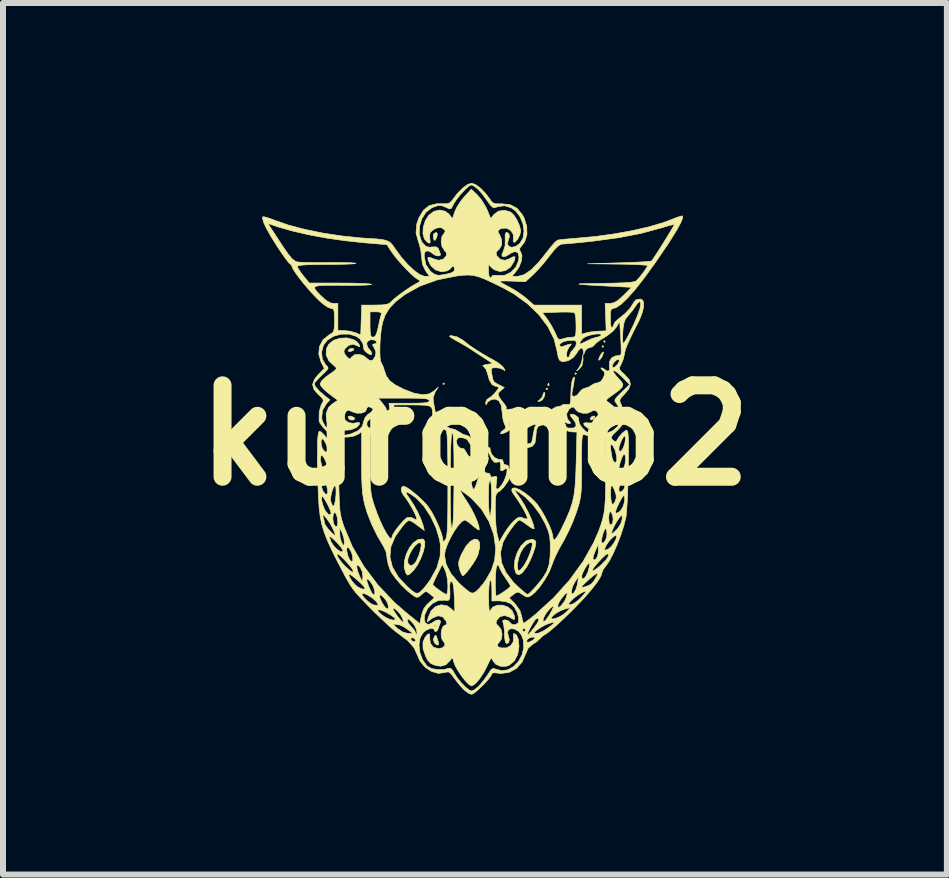
<source format=kicad_pcb>
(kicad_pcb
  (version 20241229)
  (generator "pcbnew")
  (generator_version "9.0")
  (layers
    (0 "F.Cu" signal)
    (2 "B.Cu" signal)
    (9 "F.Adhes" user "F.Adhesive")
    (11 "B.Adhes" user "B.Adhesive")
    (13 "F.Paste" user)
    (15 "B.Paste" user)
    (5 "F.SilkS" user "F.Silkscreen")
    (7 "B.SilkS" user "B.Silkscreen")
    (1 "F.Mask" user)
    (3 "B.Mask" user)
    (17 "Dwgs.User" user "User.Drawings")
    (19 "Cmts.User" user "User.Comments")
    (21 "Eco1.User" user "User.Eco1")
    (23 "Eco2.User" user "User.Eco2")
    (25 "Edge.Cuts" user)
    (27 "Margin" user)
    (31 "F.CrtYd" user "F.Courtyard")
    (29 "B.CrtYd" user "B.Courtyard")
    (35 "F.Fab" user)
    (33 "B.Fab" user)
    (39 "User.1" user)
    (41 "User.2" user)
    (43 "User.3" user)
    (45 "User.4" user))
  (footprint "kurono2"
    (layer "F.Cu")
    (at 4.87 4.21)
    (property "Reference" "kurono2" (at 0 0 0) (layer "F.SilkS") (effects (font (size 1.524 1.524) (thickness 0.3))))
    (attr through_hole)
    (fp_poly (pts (xy -0.508 -0.861) (xy -0.522 -0.847) (xy -0.536 -0.861) (xy -0.522 -0.875) (xy -0.508 -0.861)) (stroke (width 0.01) (type solid)) (fill yes) (layer "F.SilkS"))
    (fp_poly (pts (xy 0.226 0.381) (xy 0.212 0.395) (xy 0.198 0.381) (xy 0.212 0.367) (xy 0.226 0.381)) (stroke (width 0.01) (type solid)) (fill yes) (layer "F.SilkS"))
    (fp_poly (pts (xy 1.214 -0.776) (xy 1.199 -0.762) (xy 1.185 -0.776) (xy 1.199 -0.79) (xy 1.214 -0.776)) (stroke (width 0.01) (type solid)) (fill yes) (layer "F.SilkS"))
    (fp_poly (pts (xy 1.693 -1.03) (xy 1.679 -1.016) (xy 1.665 -1.03) (xy 1.679 -1.044) (xy 1.693 -1.03)) (stroke (width 0.01) (type solid)) (fill yes) (layer "F.SilkS"))
    (fp_poly (pts (xy 2.145 -1.482) (xy 2.131 -1.468) (xy 2.117 -1.482) (xy 2.131 -1.496) (xy 2.145 -1.482)) (stroke (width 0.01) (type solid)) (fill yes) (layer "F.SilkS"))
    (fp_poly (pts (xy 2.173 -1.566) (xy 2.159 -1.552) (xy 2.145 -1.566) (xy 2.159 -1.58) (xy 2.173 -1.566)) (stroke (width 0.01) (type solid)) (fill yes) (layer "F.SilkS"))
    (fp_poly (pts (xy 1.232 -0.865) (xy 1.236 -0.832) (xy 1.232 -0.828) (xy 1.216 -0.832) (xy 1.214 -0.847) (xy 1.224 -0.87) (xy 1.232 -0.865)) (stroke (width 0.01) (type solid)) (fill yes) (layer "F.SilkS"))
    (fp_poly (pts (xy -2.019 -1.441) (xy -2.03 -1.417) (xy -2.061 -1.403) (xy -2.105 -1.4) (xy -2.117 -1.411) (xy -2.095 -1.44) (xy -2.051 -1.453) (xy -2.019 -1.441)) (stroke (width 0.01) (type solid)) (fill yes) (layer "F.SilkS"))
    (fp_poly (pts (xy -2.06 -0.319) (xy -2.014 -0.296) (xy -2.004 -0.279) (xy -2.025 -0.257) (xy -2.069 -0.257) (xy -2.098 -0.273) (xy -2.117 -0.309) (xy -2.088 -0.323) (xy -2.06 -0.319)) (stroke (width 0.01) (type solid)) (fill yes) (layer "F.SilkS"))
    (fp_poly (pts (xy 1.997 -0.305) (xy 1.971 -0.271) (xy 1.937 -0.258) (xy 1.919 -0.275) (xy 1.919 -0.277) (xy 1.942 -0.309) (xy 1.964 -0.322) (xy 1.997 -0.322) (xy 1.997 -0.305)) (stroke (width 0.01) (type solid)) (fill yes) (layer "F.SilkS"))
    (fp_poly (pts (xy -0.627 -3.362) (xy -0.636 -3.308) (xy -0.642 -3.295) (xy -0.665 -3.252) (xy -0.681 -3.259) (xy -0.692 -3.283) (xy -0.695 -3.341) (xy -0.682 -3.366) (xy -0.644 -3.385) (xy -0.627 -3.362)) (stroke (width 0.01) (type solid)) (fill yes) (layer "F.SilkS"))
    (fp_poly (pts (xy 1.802 -1.253) (xy 1.783 -1.16) (xy 1.743 -1.112) (xy 1.7 -1.076) (xy 1.696 -1.078) (xy 1.726 -1.115) (xy 1.765 -1.185) (xy 1.786 -1.256) (xy 1.798 -1.341) (xy 1.802 -1.253)) (stroke (width 0.01) (type solid)) (fill yes) (layer "F.SilkS"))
    (fp_poly (pts (xy 2.143 -1.383) (xy 2.127 -1.328) (xy 2.102 -1.286) (xy 2.071 -1.254) (xy 2.061 -1.258) (xy 2.073 -1.298) (xy 2.097 -1.345) (xy 2.123 -1.382) (xy 2.141 -1.391) (xy 2.143 -1.383)) (stroke (width 0.01) (type solid)) (fill yes) (layer "F.SilkS"))
    (fp_poly (pts (xy -0.637 3.364) (xy -0.614 3.438) (xy -0.608 3.457) (xy -0.609 3.494) (xy -0.638 3.493) (xy -0.676 3.459) (xy -0.695 3.403) (xy -0.681 3.367) (xy -0.664 3.337) (xy -0.652 3.334) (xy -0.637 3.364)) (stroke (width 0.01) (type solid)) (fill yes) (layer "F.SilkS"))
    (fp_poly (pts (xy 1.167 -0.708) (xy 1.16 -0.656) (xy 1.125 -0.593) (xy 1.085 -0.57) (xy 1.047 -0.567) (xy 1.061 -0.581) (xy 1.079 -0.593) (xy 1.12 -0.636) (xy 1.129 -0.663) (xy 1.145 -0.709) (xy 1.155 -0.718) (xy 1.167 -0.708)) (stroke (width 0.01) (type solid)) (fill yes) (layer "F.SilkS"))
    (fp_poly (pts (xy 0.04 1.735) (xy 0.074 1.779) (xy 0.08 1.861) (xy 0.052 1.982) (xy 0.047 1.997) (xy 0.016 2.061) (xy -0.034 2.141) (xy -0.092 2.223) (xy -0.147 2.292) (xy -0.19 2.335) (xy -0.203 2.341) (xy -0.223 2.318) (xy -0.248 2.258) (xy -0.256 2.233) (xy -0.272 2.164) (xy -0.27 2.105) (xy -0.246 2.032) (xy -0.218 1.967) (xy -0.149 1.847) (xy -0.079 1.768) (xy -0.013 1.731) (xy 0.04 1.735)) (stroke (width 0.01) (type solid)) (fill yes) (layer "F.SilkS"))
    (fp_poly (pts (xy -0.86 1.732) (xy -0.836 1.769) (xy -0.838 1.841) (xy -0.86 1.936) (xy -0.899 2.041) (xy -0.95 2.145) (xy -1.009 2.233) (xy -1.044 2.271) (xy -1.096 2.319) (xy -1.125 2.33) (xy -1.145 2.307) (xy -1.155 2.291) (xy -1.181 2.197) (xy -1.177 2.125) (xy -1.121 2.125) (xy -1.119 2.129) (xy -1.084 2.169) (xy -1.035 2.162) (xy -0.986 2.111) (xy -0.978 2.095) (xy -0.936 2) (xy -0.907 1.907) (xy -0.896 1.832) (xy -0.905 1.791) (xy -0.907 1.79) (xy -0.948 1.794) (xy -0.998 1.837) (xy -1.049 1.906) (xy -1.092 1.986) (xy -1.119 2.064) (xy -1.121 2.125) (xy -1.177 2.125) (xy -1.176 2.089) (xy -1.144 1.977) (xy -1.093 1.874) (xy -1.028 1.791) (xy -0.954 1.738) (xy -0.879 1.727) (xy -0.86 1.732)) (stroke (width 0.01) (type solid)) (fill yes) (layer "F.SilkS"))
    (fp_poly (pts (xy 1.004 1.752) (xy 1.016 1.793) (xy 1.003 1.865) (xy 0.97 1.966) (xy 0.925 2.075) (xy 0.874 2.174) (xy 0.856 2.204) (xy 0.788 2.291) (xy 0.734 2.325) (xy 0.691 2.307) (xy 0.678 2.287) (xy 0.659 2.21) (xy 0.707 2.21) (xy 0.721 2.253) (xy 0.733 2.258) (xy 0.764 2.236) (xy 0.809 2.181) (xy 0.83 2.149) (xy 0.876 2.065) (xy 0.916 1.97) (xy 0.945 1.882) (xy 0.957 1.816) (xy 0.952 1.79) (xy 0.914 1.785) (xy 0.86 1.82) (xy 0.804 1.882) (xy 0.76 1.957) (xy 0.728 2.047) (xy 0.71 2.136) (xy 0.707 2.21) (xy 0.659 2.21) (xy 0.655 2.191) (xy 0.666 2.074) (xy 0.705 1.953) (xy 0.766 1.845) (xy 0.841 1.768) (xy 0.874 1.75) (xy 0.956 1.731) (xy 1.004 1.752)) (stroke (width 0.01) (type solid)) (fill yes) (layer "F.SilkS"))
    (fp_poly (pts (xy -0.298 -1.643) (xy -0.193 -1.582) (xy -0.169 -1.562) (xy -0.1 -1.507) (xy 0.003 -1.437) (xy 0.122 -1.362) (xy 0.241 -1.293) (xy 0.304 -1.259) (xy 0.39 -1.207) (xy 0.457 -1.153) (xy 0.482 -1.122) (xy 0.501 -1.08) (xy 0.491 -1.082) (xy 0.478 -1.094) (xy 0.424 -1.119) (xy 0.351 -1.129) (xy 0.295 -1.126) (xy 0.273 -1.107) (xy 0.275 -1.057) (xy 0.282 -1.015) (xy 0.297 -0.939) (xy 0.314 -0.898) (xy 0.348 -0.871) (xy 0.407 -0.84) (xy 0.489 -0.798) (xy 0.429 -0.746) (xy 0.389 -0.706) (xy 0.387 -0.67) (xy 0.415 -0.622) (xy 0.462 -0.557) (xy 0.499 -0.513) (xy 0.523 -0.468) (xy 0.519 -0.446) (xy 0.528 -0.43) (xy 0.587 -0.437) (xy 0.596 -0.439) (xy 0.739 -0.456) (xy 0.842 -0.432) (xy 0.875 -0.409) (xy 0.929 -0.372) (xy 0.977 -0.38) (xy 1.021 -0.414) (xy 1.059 -0.439) (xy 1.072 -0.432) (xy 1.053 -0.394) (xy 1.016 -0.353) (xy 0.963 -0.319) (xy 0.908 -0.326) (xy 0.888 -0.334) (xy 0.792 -0.364) (xy 0.714 -0.349) (xy 0.642 -0.295) (xy 0.579 -0.222) (xy 0.568 -0.163) (xy 0.59 -0.126) (xy 0.586 -0.097) (xy 0.533 -0.06) (xy 0.52 -0.053) (xy 0.458 -0.029) (xy 0.425 -0.028) (xy 0.423 -0.032) (xy 0.445 -0.064) (xy 0.477 -0.09) (xy 0.513 -0.122) (xy 0.505 -0.163) (xy 0.495 -0.181) (xy 0.472 -0.244) (xy 0.457 -0.335) (xy 0.454 -0.381) (xy 0.437 -0.504) (xy 0.396 -0.58) (xy 0.33 -0.606) (xy 0.273 -0.595) (xy 0.218 -0.563) (xy 0.198 -0.532) (xy 0.188 -0.51) (xy 0.183 -0.513) (xy 0.178 -0.55) (xy 0.198 -0.596) (xy 0.229 -0.621) (xy 0.23 -0.621) (xy 0.264 -0.641) (xy 0.314 -0.687) (xy 0.362 -0.743) (xy 0.392 -0.788) (xy 0.394 -0.797) (xy 0.372 -0.815) (xy 0.345 -0.818) (xy 0.286 -0.846) (xy 0.239 -0.924) (xy 0.211 -1.025) (xy 0.186 -1.097) (xy 0.151 -1.143) (xy 0.145 -1.146) (xy 0.128 -1.162) (xy 0.16 -1.176) (xy 0.198 -1.183) (xy 0.296 -1.199) (xy 0.143 -1.298) (xy 0.049 -1.359) (xy -0.036 -1.415) (xy -0.083 -1.446) (xy -0.147 -1.486) (xy -0.239 -1.539) (xy -0.31 -1.578) (xy -0.391 -1.625) (xy -0.424 -1.652) (xy -0.413 -1.663) (xy -0.4 -1.664) (xy -0.298 -1.643)) (stroke (width 0.01) (type solid)) (fill yes) (layer "F.SilkS"))
    (fp_poly (pts (xy 0.01 -4.182) (xy 0.092 -4.122) (xy 0.178 -4.033) (xy 0.256 -3.929) (xy 0.258 -3.924) (xy 0.293 -3.882) (xy 0.339 -3.863) (xy 0.417 -3.861) (xy 0.44 -3.862) (xy 0.585 -3.848) (xy 0.7 -3.788) (xy 0.79 -3.679) (xy 0.818 -3.627) (xy 0.863 -3.487) (xy 0.867 -3.349) (xy 0.829 -3.229) (xy 0.789 -3.174) (xy 0.748 -3.122) (xy 0.747 -3.084) (xy 0.761 -3.063) (xy 0.784 -2.996) (xy 0.773 -2.905) (xy 0.734 -2.806) (xy 0.688 -2.738) (xy 0.616 -2.653) (xy 0.718 -2.653) (xy 0.82 -2.68) (xy 0.938 -2.761) (xy 1.071 -2.897) (xy 1.206 -3.067) (xy 1.274 -3.153) (xy 1.334 -3.22) (xy 1.376 -3.255) (xy 1.381 -3.257) (xy 1.427 -3.264) (xy 1.515 -3.273) (xy 1.629 -3.283) (xy 1.693 -3.288) (xy 2.009 -3.317) (xy 2.323 -3.36) (xy 2.622 -3.414) (xy 2.897 -3.477) (xy 3.135 -3.546) (xy 3.276 -3.599) (xy 3.366 -3.635) (xy 3.432 -3.656) (xy 3.462 -3.659) (xy 3.462 -3.621) (xy 3.429 -3.542) (xy 3.366 -3.426) (xy 3.274 -3.277) (xy 3.208 -3.175) (xy 3.013 -2.889) (xy 2.838 -2.646) (xy 2.683 -2.447) (xy 2.549 -2.294) (xy 2.438 -2.187) (xy 2.351 -2.129) (xy 2.307 -2.117) (xy 2.279 -2.108) (xy 2.264 -2.074) (xy 2.258 -2.002) (xy 2.258 -1.946) (xy 2.262 -1.848) (xy 2.274 -1.797) (xy 2.286 -1.792) (xy 2.312 -1.833) (xy 2.314 -1.848) (xy 2.335 -1.888) (xy 2.388 -1.939) (xy 2.406 -1.952) (xy 2.506 -2.034) (xy 2.587 -2.121) (xy 2.636 -2.197) (xy 2.639 -2.206) (xy 2.683 -2.26) (xy 2.753 -2.274) (xy 2.783 -2.267) (xy 2.81 -2.229) (xy 2.813 -2.153) (xy 2.792 -2.055) (xy 2.75 -1.945) (xy 2.74 -1.923) (xy 2.651 -1.748) (xy 2.586 -1.614) (xy 2.541 -1.514) (xy 2.512 -1.44) (xy 2.497 -1.383) (xy 2.493 -1.357) (xy 2.47 -1.264) (xy 2.436 -1.184) (xy 2.411 -1.136) (xy 2.412 -1.1) (xy 2.444 -1.06) (xy 2.493 -1.016) (xy 2.57 -0.932) (xy 2.593 -0.853) (xy 2.563 -0.772) (xy 2.497 -0.693) (xy 2.439 -0.632) (xy 2.415 -0.591) (xy 2.421 -0.551) (xy 2.44 -0.51) (xy 2.469 -0.425) (xy 2.483 -0.325) (xy 2.484 -0.307) (xy 2.477 -0.231) (xy 2.452 -0.171) (xy 2.396 -0.106) (xy 2.367 -0.078) (xy 2.302 -0.014) (xy 2.274 0.025) (xy 2.276 0.053) (xy 2.3 0.08) (xy 2.342 0.108) (xy 2.362 0.093) (xy 2.397 0.031) (xy 2.449 -0.031) (xy 2.501 -0.075) (xy 2.527 -0.085) (xy 2.54 -0.077) (xy 2.549 -0.048) (xy 2.555 0.006) (xy 2.559 0.093) (xy 2.56 0.219) (xy 2.559 0.391) (xy 2.556 0.572) (xy 2.552 0.768) (xy 2.546 0.953) (xy 2.538 1.118) (xy 2.529 1.252) (xy 2.521 1.344) (xy 2.516 1.37) (xy 2.481 1.509) (xy 2.431 1.663) (xy 2.371 1.82) (xy 2.307 1.965) (xy 2.245 2.086) (xy 2.191 2.167) (xy 2.184 2.175) (xy 2.138 2.236) (xy 2.117 2.288) (xy 2.117 2.291) (xy 2.096 2.355) (xy 2.036 2.45) (xy 1.941 2.572) (xy 1.816 2.716) (xy 1.663 2.876) (xy 1.588 2.951) (xy 1.473 3.062) (xy 1.366 3.161) (xy 1.276 3.24) (xy 1.212 3.291) (xy 1.192 3.304) (xy 1.123 3.35) (xy 1.078 3.394) (xy 1.026 3.442) (xy 0.959 3.486) (xy 0.886 3.549) (xy 0.847 3.64) (xy 0.784 3.782) (xy 0.688 3.888) (xy 0.566 3.953) (xy 0.429 3.97) (xy 0.383 3.964) (xy 0.311 3.957) (xy 0.282 3.972) (xy 0.282 3.974) (xy 0.263 4.015) (xy 0.212 4.08) (xy 0.143 4.155) (xy 0.068 4.228) (xy 0.000196 4.286) (xy -0.049 4.316) (xy -0.058 4.318) (xy -0.108 4.299) (xy -0.174 4.25) (xy -0.198 4.226) (xy -0.274 4.14) (xy -0.347 4.046) (xy -0.358 4.03) (xy -0.406 3.967) (xy -0.443 3.943) (xy -0.487 3.949) (xy -0.501 3.954) (xy -0.611 3.968) (xy -0.725 3.936) (xy -0.83 3.866) (xy -0.914 3.767) (xy -0.962 3.659) (xy -1.016 3.541) (xy -1.059 3.492) (xy -0.933 3.492) (xy -0.919 3.619) (xy -0.875 3.741) (xy -0.803 3.841) (xy -0.792 3.852) (xy -0.717 3.889) (xy -0.614 3.907) (xy -0.508 3.903) (xy -0.446 3.884) (xy -0.406 3.882) (xy -0.369 3.922) (xy -0.353 3.951) (xy -0.299 4.038) (xy -0.229 4.125) (xy -0.155 4.2) (xy -0.091 4.249) (xy -0.056 4.262) (xy -0.009 4.242) (xy 0.054 4.191) (xy 0.086 4.156) (xy 0.155 4.072) (xy 0.217 3.985) (xy 0.233 3.959) (xy 0.274 3.9) (xy 0.309 3.885) (xy 0.339 3.895) (xy 0.447 3.925) (xy 0.552 3.908) (xy 0.648 3.852) (xy 0.728 3.766) (xy 0.786 3.658) (xy 0.814 3.539) (xy 0.808 3.434) (xy 0.859 3.434) (xy 0.863 3.446) (xy 0.894 3.45) (xy 0.948 3.424) (xy 0.953 3.422) (xy 0.999 3.387) (xy 0.999 3.37) (xy 0.978 3.363) (xy 0.924 3.369) (xy 0.877 3.398) (xy 0.859 3.434) (xy 0.808 3.434) (xy 0.807 3.415) (xy 0.776 3.329) (xy 0.77 3.322) (xy 0.876 3.322) (xy 0.891 3.318) (xy 0.918 3.29) (xy 0.988 3.29) (xy 1.009 3.305) (xy 1.063 3.295) (xy 1.137 3.262) (xy 1.209 3.217) (xy 1.276 3.167) (xy 1.318 3.131) (xy 1.326 3.12) (xy 1.303 3.119) (xy 1.246 3.131) (xy 1.242 3.133) (xy 1.178 3.158) (xy 1.104 3.198) (xy 1.037 3.242) (xy 0.994 3.278) (xy 0.988 3.29) (xy 0.918 3.29) (xy 0.93 3.277) (xy 0.985 3.208) (xy 1.035 3.139) (xy 1.063 3.083) (xy 1.062 3.079) (xy 1.134 3.079) (xy 1.144 3.104) (xy 1.149 3.104) (xy 1.178 3.083) (xy 1.204 3.048) (xy 1.27 3.048) (xy 1.291 3.062) (xy 1.343 3.052) (xy 1.412 3.023) (xy 1.479 2.983) (xy 1.523 2.946) (xy 1.595 2.872) (xy 1.512 2.891) (xy 1.438 2.918) (xy 1.361 2.96) (xy 1.3 3.006) (xy 1.27 3.044) (xy 1.27 3.048) (xy 1.204 3.048) (xy 1.219 3.028) (xy 1.229 3.013) (xy 1.285 2.915) (xy 1.309 2.859) (xy 1.301 2.846) (xy 1.26 2.879) (xy 1.246 2.893) (xy 1.191 2.959) (xy 1.152 3.026) (xy 1.134 3.079) (xy 1.062 3.079) (xy 1.057 3.052) (xy 1.022 3.059) (xy 1.017 3.061) (xy 0.987 3.097) (xy 0.947 3.162) (xy 0.907 3.237) (xy 0.88 3.299) (xy 0.876 3.322) (xy 0.77 3.322) (xy 0.726 3.266) (xy 0.691 3.246) (xy 0.79 3.246) (xy 0.812 3.273) (xy 0.818 3.274) (xy 0.846 3.252) (xy 0.847 3.246) (xy 0.825 3.218) (xy 0.818 3.217) (xy 0.791 3.239) (xy 0.79 3.246) (xy 0.691 3.246) (xy 0.664 3.23) (xy 0.605 3.222) (xy 0.56 3.24) (xy 0.542 3.286) (xy 0.555 3.337) (xy 0.573 3.41) (xy 0.558 3.459) (xy 0.527 3.471) (xy 0.506 3.445) (xy 0.494 3.368) (xy 0.493 3.323) (xy 0.488 3.228) (xy 0.477 3.152) (xy 0.469 3.126) (xy 0.462 3.087) (xy 0.5 3.076) (xy 0.506 3.076) (xy 0.561 3.094) (xy 0.582 3.119) (xy 0.621 3.154) (xy 0.676 3.157) (xy 0.719 3.126) (xy 0.724 3.116) (xy 0.729 3.042) (xy 0.703 2.95) (xy 0.656 2.863) (xy 0.601 2.807) (xy 0.513 2.772) (xy 0.405 2.759) (xy 0.404 2.759) (xy 0.282 2.761) (xy 0.282 2.709) (xy 0.57 2.709) (xy 0.665 2.804) (xy 0.75 2.922) (xy 0.779 3.016) (xy 0.793 3.088) (xy 0.808 3.129) (xy 0.812 3.133) (xy 0.839 3.116) (xy 0.898 3.072) (xy 0.979 3.008) (xy 1.013 2.98) (xy 1.174 2.833) (xy 1.383 2.833) (xy 1.386 2.87) (xy 1.406 2.865) (xy 1.438 2.838) (xy 1.453 2.818) (xy 1.563 2.818) (xy 1.594 2.822) (xy 1.598 2.822) (xy 1.648 2.803) (xy 1.716 2.753) (xy 1.764 2.709) (xy 1.82 2.648) (xy 1.851 2.607) (xy 1.853 2.596) (xy 1.798 2.614) (xy 1.722 2.658) (xy 1.646 2.715) (xy 1.611 2.749) (xy 1.568 2.797) (xy 1.563 2.818) (xy 1.453 2.818) (xy 1.488 2.774) (xy 1.521 2.707) (xy 1.537 2.65) (xy 1.538 2.625) (xy 1.538 2.625) (xy 1.504 2.646) (xy 1.458 2.699) (xy 1.413 2.762) (xy 1.386 2.817) (xy 1.383 2.833) (xy 1.174 2.833) (xy 1.313 2.708) (xy 1.413 2.595) (xy 1.609 2.595) (xy 1.613 2.643) (xy 1.632 2.64) (xy 1.652 2.622) (xy 1.684 2.566) (xy 1.696 2.527) (xy 1.778 2.527) (xy 1.8 2.533) (xy 1.85 2.521) (xy 1.907 2.497) (xy 1.942 2.475) (xy 1.981 2.43) (xy 2.022 2.363) (xy 2.047 2.31) (xy 2.044 2.295) (xy 2.024 2.305) (xy 1.975 2.339) (xy 1.912 2.392) (xy 1.848 2.45) (xy 1.798 2.499) (xy 1.778 2.527) (xy 1.778 2.527) (xy 1.696 2.527) (xy 1.708 2.485) (xy 1.711 2.467) (xy 1.727 2.357) (xy 1.668 2.441) (xy 1.628 2.518) (xy 1.609 2.591) (xy 1.609 2.595) (xy 1.413 2.595) (xy 1.578 2.412) (xy 1.619 2.355) (xy 1.778 2.355) (xy 1.789 2.393) (xy 1.816 2.388) (xy 1.851 2.346) (xy 1.883 2.276) (xy 1.885 2.272) (xy 1.891 2.25) (xy 1.954 2.25) (xy 1.966 2.258) (xy 2.007 2.238) (xy 2.068 2.192) (xy 2.115 2.149) (xy 2.189 2.071) (xy 2.226 2.013) (xy 2.225 1.98) (xy 2.207 1.976) (xy 2.176 1.995) (xy 2.121 2.046) (xy 2.057 2.114) (xy 1.995 2.186) (xy 1.978 2.208) (xy 1.954 2.25) (xy 1.891 2.25) (xy 1.905 2.197) (xy 1.912 2.143) (xy 1.911 2.135) (xy 1.894 2.136) (xy 1.862 2.173) (xy 1.827 2.231) (xy 1.796 2.293) (xy 1.779 2.345) (xy 1.778 2.355) (xy 1.619 2.355) (xy 1.804 2.1) (xy 1.823 2.066) (xy 1.968 2.066) (xy 1.991 2.077) (xy 2.02 2.058) (xy 2.046 2.009) (xy 2.058 1.934) (xy 2.058 1.923) (xy 2.057 1.9) (xy 2.158 1.9) (xy 2.169 1.916) (xy 2.221 1.895) (xy 2.231 1.89) (xy 2.275 1.851) (xy 2.319 1.791) (xy 2.352 1.728) (xy 2.363 1.682) (xy 2.359 1.672) (xy 2.328 1.676) (xy 2.28 1.714) (xy 2.227 1.774) (xy 2.184 1.841) (xy 2.158 1.9) (xy 2.057 1.9) (xy 2.056 1.82) (xy 2.004 1.932) (xy 1.972 2.016) (xy 1.968 2.066) (xy 1.823 2.066) (xy 1.983 1.78) (xy 1.989 1.764) (xy 2.107 1.764) (xy 2.111 1.791) (xy 2.142 1.794) (xy 2.174 1.756) (xy 2.196 1.694) (xy 2.201 1.648) (xy 2.199 1.626) (xy 2.277 1.626) (xy 2.283 1.637) (xy 2.316 1.617) (xy 2.367 1.568) (xy 2.382 1.55) (xy 2.43 1.475) (xy 2.454 1.4) (xy 2.454 1.388) (xy 2.452 1.336) (xy 2.437 1.336) (xy 2.41 1.369) (xy 2.363 1.437) (xy 2.321 1.513) (xy 2.29 1.581) (xy 2.277 1.626) (xy 2.199 1.626) (xy 2.196 1.584) (xy 2.181 1.553) (xy 2.179 1.552) (xy 2.159 1.576) (xy 2.136 1.634) (xy 2.117 1.704) (xy 2.107 1.764) (xy 1.989 1.764) (xy 2.069 1.579) (xy 2.104 1.479) (xy 2.132 1.386) (xy 2.132 1.383) (xy 2.23 1.383) (xy 2.237 1.46) (xy 2.257 1.494) (xy 2.282 1.481) (xy 2.297 1.451) (xy 2.304 1.394) (xy 2.294 1.329) (xy 2.273 1.282) (xy 2.342 1.282) (xy 2.359 1.299) (xy 2.4 1.28) (xy 2.434 1.249) (xy 2.467 1.193) (xy 2.49 1.119) (xy 2.498 1.049) (xy 2.488 1.006) (xy 2.484 1.002) (xy 2.465 1.019) (xy 2.432 1.071) (xy 2.396 1.141) (xy 2.363 1.213) (xy 2.344 1.268) (xy 2.342 1.282) (xy 2.273 1.282) (xy 2.272 1.281) (xy 2.255 1.27) (xy 2.239 1.295) (xy 2.23 1.358) (xy 2.23 1.383) (xy 2.132 1.383) (xy 2.152 1.291) (xy 2.165 1.183) (xy 2.174 1.054) (xy 2.175 1.008) (xy 2.262 1.008) (xy 2.27 1.09) (xy 2.272 1.098) (xy 2.288 1.148) (xy 2.306 1.147) (xy 2.33 1.117) (xy 2.356 1.041) (xy 2.352 0.99) (xy 2.327 0.913) (xy 2.399 0.913) (xy 2.413 0.944) (xy 2.445 0.938) (xy 2.479 0.903) (xy 2.494 0.866) (xy 2.508 0.787) (xy 2.51 0.713) (xy 2.501 0.661) (xy 2.488 0.649) (xy 2.467 0.674) (xy 2.441 0.734) (xy 2.417 0.81) (xy 2.401 0.883) (xy 2.399 0.913) (xy 2.327 0.913) (xy 2.326 0.91) (xy 2.303 0.861) (xy 2.283 0.831) (xy 2.271 0.843) (xy 2.264 0.903) (xy 2.263 0.915) (xy 2.262 1.008) (xy 2.175 1.008) (xy 2.178 0.891) (xy 2.179 0.687) (xy 2.179 0.595) (xy 2.179 0.532) (xy 2.261 0.532) (xy 2.262 0.595) (xy 2.283 0.684) (xy 2.289 0.701) (xy 2.321 0.768) (xy 2.35 0.787) (xy 2.368 0.757) (xy 2.371 0.721) (xy 2.36 0.649) (xy 2.335 0.576) (xy 2.326 0.561) (xy 2.399 0.561) (xy 2.414 0.591) (xy 2.447 0.581) (xy 2.483 0.538) (xy 2.502 0.478) (xy 2.511 0.407) (xy 2.508 0.344) (xy 2.493 0.312) (xy 2.488 0.31) (xy 2.467 0.335) (xy 2.441 0.394) (xy 2.417 0.467) (xy 2.401 0.535) (xy 2.399 0.561) (xy 2.326 0.561) (xy 2.304 0.523) (xy 2.281 0.508) (xy 2.261 0.532) (xy 2.179 0.532) (xy 2.179 0.162) (xy 2.26 0.162) (xy 2.262 0.216) (xy 2.268 0.263) (xy 2.285 0.367) (xy 2.304 0.425) (xy 2.331 0.449) (xy 2.348 0.452) (xy 2.365 0.426) (xy 2.362 0.35) (xy 2.359 0.332) (xy 2.337 0.246) (xy 2.328 0.228) (xy 2.399 0.228) (xy 2.409 0.267) (xy 2.433 0.263) (xy 2.463 0.226) (xy 2.49 0.164) (xy 2.5 0.123) (xy 2.509 0.054) (xy 2.505 0.012) (xy 2.503 0.01) (xy 2.481 0.019) (xy 2.452 0.065) (xy 2.423 0.129) (xy 2.403 0.194) (xy 2.399 0.228) (xy 2.328 0.228) (xy 2.305 0.181) (xy 2.295 0.169) (xy 2.27 0.15) (xy 2.26 0.162) (xy 2.179 0.162) (xy 2.179 0.042) (xy 2.028 0.026) (xy 1.933 0.013) (xy 1.855 -0.003) (xy 1.827 -0.012) (xy 1.81 -0.017) (xy 1.797 -0.007) (xy 1.789 0.024) (xy 1.783 0.082) (xy 1.78 0.176) (xy 1.778 0.313) (xy 1.778 0.493) (xy 1.778 0.679) (xy 1.776 0.82) (xy 1.771 0.928) (xy 1.762 1.015) (xy 1.748 1.091) (xy 1.728 1.169) (xy 1.699 1.259) (xy 1.689 1.289) (xy 1.632 1.44) (xy 1.56 1.602) (xy 1.485 1.748) (xy 1.464 1.783) (xy 1.397 1.904) (xy 1.337 2.026) (xy 1.295 2.13) (xy 1.286 2.155) (xy 1.24 2.271) (xy 1.169 2.398) (xy 1.086 2.519) (xy 1.002 2.617) (xy 0.946 2.664) (xy 0.893 2.694) (xy 0.853 2.692) (xy 0.797 2.657) (xy 0.793 2.655) (xy 0.737 2.618) (xy 0.7 2.614) (xy 0.655 2.642) (xy 0.641 2.653) (xy 0.57 2.709) (xy 0.282 2.709) (xy 0.282 2.578) (xy 0.278 2.476) (xy 0.273 2.448) (xy 0.339 2.448) (xy 0.341 2.555) (xy 0.345 2.636) (xy 0.351 2.678) (xy 0.353 2.681) (xy 0.384 2.667) (xy 0.444 2.631) (xy 0.48 2.607) (xy 0.546 2.56) (xy 0.587 2.524) (xy 0.593 2.514) (xy 0.577 2.482) (xy 0.538 2.421) (xy 0.512 2.383) (xy 0.458 2.302) (xy 0.419 2.228) (xy 0.41 2.205) (xy 0.388 2.16) (xy 0.369 2.167) (xy 0.353 2.221) (xy 0.343 2.317) (xy 0.339 2.448) (xy 0.273 2.448) (xy 0.267 2.421) (xy 0.254 2.413) (xy 0.242 2.448) (xy 0.233 2.526) (xy 0.228 2.637) (xy 0.228 2.704) (xy 0.23 2.815) (xy 0.235 2.895) (xy 0.241 2.936) (xy 0.245 2.935) (xy 0.295 2.865) (xy 0.372 2.831) (xy 0.461 2.831) (xy 0.548 2.861) (xy 0.618 2.921) (xy 0.656 3.005) (xy 0.663 3.059) (xy 0.649 3.072) (xy 0.603 3.047) (xy 0.579 3.032) (xy 0.493 3.003) (xy 0.415 3.024) (xy 0.364 3.081) (xy 0.35 3.131) (xy 0.38 3.17) (xy 0.393 3.179) (xy 0.436 3.239) (xy 0.452 3.321) (xy 0.438 3.401) (xy 0.409 3.443) (xy 0.371 3.49) (xy 0.386 3.525) (xy 0.438 3.544) (xy 0.526 3.544) (xy 0.598 3.504) (xy 0.64 3.437) (xy 0.643 3.384) (xy 0.639 3.326) (xy 0.648 3.302) (xy 0.648 3.302) (xy 0.693 3.328) (xy 0.723 3.401) (xy 0.734 3.514) (xy 0.734 3.517) (xy 0.713 3.652) (xy 0.656 3.761) (xy 0.569 3.833) (xy 0.524 3.849) (xy 0.43 3.851) (xy 0.348 3.817) (xy 0.297 3.755) (xy 0.295 3.749) (xy 0.281 3.718) (xy 0.265 3.722) (xy 0.239 3.767) (xy 0.21 3.831) (xy 0.149 3.95) (xy 0.081 4.054) (xy 0.015 4.132) (xy -0.042 4.173) (xy -0.059 4.177) (xy -0.1 4.154) (xy -0.158 4.096) (xy -0.222 4.014) (xy -0.283 3.924) (xy -0.331 3.839) (xy -0.353 3.779) (xy -0.368 3.721) (xy -0.384 3.714) (xy -0.413 3.75) (xy -0.413 3.751) (xy -0.486 3.825) (xy -0.571 3.849) (xy -0.661 3.835) (xy -0.737 3.803) (xy -0.789 3.748) (xy -0.82 3.688) (xy -0.866 3.554) (xy -0.867 3.446) (xy -0.831 3.365) (xy -0.785 3.312) (xy -0.758 3.311) (xy -0.753 3.361) (xy -0.755 3.382) (xy -0.744 3.47) (xy -0.691 3.533) (xy -0.608 3.556) (xy -0.54 3.541) (xy -0.502 3.505) (xy -0.506 3.46) (xy -0.522 3.443) (xy -0.554 3.39) (xy -0.565 3.316) (xy -0.556 3.24) (xy -0.53 3.182) (xy -0.491 3.161) (xy -0.468 3.15) (xy -0.477 3.109) (xy -0.484 3.093) (xy -0.539 3.025) (xy -0.614 3.008) (xy -0.703 3.043) (xy -0.717 3.052) (xy -0.798 3.112) (xy -0.778 3.031) (xy -0.73 2.923) (xy -0.654 2.853) (xy -0.562 2.824) (xy -0.467 2.841) (xy -0.403 2.885) (xy -0.336 2.947) (xy -0.345 2.696) (xy -0.353 2.556) (xy -0.367 2.47) (xy -0.387 2.434) (xy -0.388 2.434) (xy -0.413 2.445) (xy -0.421 2.505) (xy -0.42 2.53) (xy -0.417 2.645) (xy -0.421 2.714) (xy -0.437 2.747) (xy -0.467 2.754) (xy -0.504 2.748) (xy -0.611 2.753) (xy -0.71 2.803) (xy -0.79 2.887) (xy -0.838 2.993) (xy -0.847 3.062) (xy -0.828 3.129) (xy -0.78 3.154) (xy -0.718 3.129) (xy -0.709 3.122) (xy -0.651 3.085) (xy -0.602 3.076) (xy -0.575 3.095) (xy -0.579 3.126) (xy -0.605 3.197) (xy -0.613 3.224) (xy -0.637 3.264) (xy -0.665 3.272) (xy -0.677 3.246) (xy -0.698 3.219) (xy -0.748 3.221) (xy -0.811 3.247) (xy -0.862 3.287) (xy -0.915 3.376) (xy -0.933 3.492) (xy -1.059 3.492) (xy -1.118 3.425) (xy -1.181 3.377) (xy -1.068 3.377) (xy -1.067 3.408) (xy -1.054 3.424) (xy -1.015 3.442) (xy -0.989 3.426) (xy -0.988 3.418) (xy -1.01 3.387) (xy -1.03 3.376) (xy -1.068 3.377) (xy -1.181 3.377) (xy -1.272 3.308) (xy -1.284 3.3) (xy -1.349 3.25) (xy -1.443 3.168) (xy -1.462 3.15) (xy -1.358 3.15) (xy -1.332 3.184) (xy -1.299 3.215) (xy -1.199 3.282) (xy -1.117 3.302) (xy -1.033 3.302) (xy -1.129 3.231) (xy -1.197 3.187) (xy -1.249 3.163) (xy -1.259 3.161) (xy -1.315 3.153) (xy -1.345 3.145) (xy -1.358 3.15) (xy -1.462 3.15) (xy -1.554 3.064) (xy -1.674 2.949) (xy -1.709 2.914) (xy -1.623 2.914) (xy -1.615 2.935) (xy -1.568 2.98) (xy -1.553 2.993) (xy -1.488 3.037) (xy -1.417 3.068) (xy -1.359 3.081) (xy -1.328 3.07) (xy -1.326 3.063) (xy -1.349 3.035) (xy -1.406 2.995) (xy -1.477 2.953) (xy -1.546 2.921) (xy -1.594 2.908) (xy -1.594 2.908) (xy -1.623 2.914) (xy -1.709 2.914) (xy -1.792 2.831) (xy -1.898 2.72) (xy -1.974 2.637) (xy -1.884 2.637) (xy -1.88 2.667) (xy -1.842 2.714) (xy -1.787 2.766) (xy -1.728 2.809) (xy -1.682 2.829) (xy -1.624 2.833) (xy -1.615 2.814) (xy -1.651 2.765) (xy -1.653 2.763) (xy -1.712 2.711) (xy -1.775 2.671) (xy -1.592 2.671) (xy -1.584 2.714) (xy -1.558 2.775) (xy -1.52 2.837) (xy -1.501 2.861) (xy -1.465 2.896) (xy -1.45 2.888) (xy -1.448 2.883) (xy -1.369 2.883) (xy -1.361 2.911) (xy -1.326 2.968) (xy -1.293 3.014) (xy -1.231 3.09) (xy -1.198 3.117) (xy -1.193 3.097) (xy -1.196 3.086) (xy -1.129 3.086) (xy -1.109 3.136) (xy -1.061 3.192) (xy -1.058 3.194) (xy -1.009 3.249) (xy -0.988 3.296) (xy -0.988 3.298) (xy -0.98 3.326) (xy -0.972 3.324) (xy -0.967 3.288) (xy -0.975 3.237) (xy -1.004 3.175) (xy -0.677 3.175) (xy -0.663 3.189) (xy -0.649 3.175) (xy -0.663 3.161) (xy -0.677 3.175) (xy -1.004 3.175) (xy -1.008 3.167) (xy -1.061 3.102) (xy -1.107 3.063) (xy -1.126 3.063) (xy -1.129 3.086) (xy -1.196 3.086) (xy -1.21 3.045) (xy -1.242 2.987) (xy -1.289 2.931) (xy -1.335 2.891) (xy -1.367 2.882) (xy -1.369 2.883) (xy -1.448 2.883) (xy -1.444 2.864) (xy -1.453 2.808) (xy -1.488 2.743) (xy -1.536 2.688) (xy -1.575 2.659) (xy -1.575 2.659) (xy -1.592 2.671) (xy -1.775 2.671) (xy -1.781 2.666) (xy -1.844 2.638) (xy -1.883 2.636) (xy -1.884 2.637) (xy -1.974 2.637) (xy -1.983 2.627) (xy -2.028 2.571) (xy -2.081 2.493) (xy -2.14 2.393) (xy -2.173 2.334) (xy -2.173 2.332) (xy -2.104 2.332) (xy -2.085 2.377) (xy -2.047 2.435) (xy -1.999 2.49) (xy -1.952 2.529) (xy -1.946 2.532) (xy -1.873 2.564) (xy -1.839 2.561) (xy -1.834 2.548) (xy -1.854 2.517) (xy -1.904 2.465) (xy -1.968 2.406) (xy -2.032 2.353) (xy -2.08 2.319) (xy -2.095 2.314) (xy -2.104 2.332) (xy -2.173 2.332) (xy -2.292 2.105) (xy -2.348 1.994) (xy -2.302 1.994) (xy -2.28 2.041) (xy -2.235 2.104) (xy -2.176 2.171) (xy -2.136 2.208) (xy -2.074 2.262) (xy -2.044 2.282) (xy -2.033 2.275) (xy -2.032 2.257) (xy -2.05 2.221) (xy -2.062 2.206) (xy -1.97 2.206) (xy -1.952 2.276) (xy -1.929 2.333) (xy -1.88 2.441) (xy -1.876 2.409) (xy -1.806 2.409) (xy -1.795 2.454) (xy -1.769 2.525) (xy -1.737 2.595) (xy -1.711 2.641) (xy -1.709 2.643) (xy -1.681 2.659) (xy -1.669 2.634) (xy -1.674 2.582) (xy -1.697 2.515) (xy -1.709 2.492) (xy -1.748 2.433) (xy -1.783 2.398) (xy -1.804 2.399) (xy -1.806 2.409) (xy -1.876 2.409) (xy -1.869 2.362) (xy -1.878 2.275) (xy -1.909 2.207) (xy -1.947 2.163) (xy -1.968 2.166) (xy -1.97 2.206) (xy -2.062 2.206) (xy -2.097 2.161) (xy -2.158 2.093) (xy -2.22 2.03) (xy -2.271 1.986) (xy -2.293 1.976) (xy -2.302 1.994) (xy -2.348 1.994) (xy -2.387 1.915) (xy -2.46 1.755) (xy -2.486 1.688) (xy -2.426 1.688) (xy -2.407 1.762) (xy -2.356 1.844) (xy -2.304 1.897) (xy -2.239 1.94) (xy -2.206 1.94) (xy -2.201 1.923) (xy -2.217 1.889) (xy -2.22 1.885) (xy -2.139 1.885) (xy -2.136 1.94) (xy -2.119 2.008) (xy -2.092 2.068) (xy -2.081 2.083) (xy -2.052 2.11) (xy -2.039 2.087) (xy -2.037 2.076) (xy -2.04 2.016) (xy -2.061 1.945) (xy -2.093 1.888) (xy -2.123 1.863) (xy -2.124 1.863) (xy -2.139 1.885) (xy -2.22 1.885) (xy -2.257 1.837) (xy -2.31 1.778) (xy -2.363 1.726) (xy -2.406 1.691) (xy -2.426 1.686) (xy -2.426 1.688) (xy -2.486 1.688) (xy -2.515 1.614) (xy -2.555 1.482) (xy -2.581 1.35) (xy -2.582 1.341) (xy -2.538 1.341) (xy -2.531 1.364) (xy -2.514 1.43) (xy -2.512 1.458) (xy -2.494 1.499) (xy -2.45 1.558) (xy -2.397 1.616) (xy -2.35 1.657) (xy -2.33 1.665) (xy -2.332 1.643) (xy -2.337 1.632) (xy -2.255 1.632) (xy -2.247 1.718) (xy -2.223 1.787) (xy -2.188 1.849) (xy -2.179 1.789) (xy -2.184 1.722) (xy -2.208 1.641) (xy -2.212 1.633) (xy -2.253 1.538) (xy -2.255 1.632) (xy -2.337 1.632) (xy -2.356 1.585) (xy -2.382 1.529) (xy -2.424 1.455) (xy -2.466 1.395) (xy -2.37 1.395) (xy -2.358 1.468) (xy -2.354 1.479) (xy -2.324 1.521) (xy -2.297 1.511) (xy -2.286 1.46) (xy -2.294 1.377) (xy -2.312 1.313) (xy -2.336 1.284) (xy -2.346 1.286) (xy -2.365 1.326) (xy -2.37 1.395) (xy -2.466 1.395) (xy -2.469 1.391) (xy -2.507 1.345) (xy -2.533 1.326) (xy -2.538 1.341) (xy -2.582 1.341) (xy -2.599 1.207) (xy -2.609 1.044) (xy -2.61 1.039) (xy -2.56 1.039) (xy -2.554 1.096) (xy -2.534 1.168) (xy -2.505 1.239) (xy -2.491 1.263) (xy -2.448 1.312) (xy -2.413 1.326) (xy -2.399 1.299) (xy -2.411 1.253) (xy -2.441 1.184) (xy -2.48 1.11) (xy -2.505 1.068) (xy -2.411 1.068) (xy -2.394 1.139) (xy -2.393 1.139) (xy -2.368 1.18) (xy -2.353 1.172) (xy -2.34 1.142) (xy -2.327 1.081) (xy -2.318 0.991) (xy -2.316 0.947) (xy -2.32 0.864) (xy -2.335 0.835) (xy -2.357 0.861) (xy -2.386 0.939) (xy -2.395 0.971) (xy -2.411 1.068) (xy -2.505 1.068) (xy -2.517 1.048) (xy -2.545 1.017) (xy -2.548 1.016) (xy -2.56 1.039) (xy -2.61 1.039) (xy -2.616 0.868) (xy -2.619 0.76) (xy -2.568 0.76) (xy -2.562 0.834) (xy -2.546 0.903) (xy -2.533 0.932) (xy -2.492 0.98) (xy -2.464 0.98) (xy -2.455 0.942) (xy -2.464 0.878) (xy -2.484 0.801) (xy -2.507 0.736) (xy -2.435 0.736) (xy -2.433 0.769) (xy -2.413 0.803) (xy -2.386 0.789) (xy -2.358 0.738) (xy -2.336 0.656) (xy -2.332 0.628) (xy -2.327 0.555) (xy -2.334 0.513) (xy -2.34 0.508) (xy -2.368 0.532) (xy -2.398 0.592) (xy -2.423 0.667) (xy -2.435 0.736) (xy -2.507 0.736) (xy -2.51 0.73) (xy -2.534 0.684) (xy -2.544 0.677) (xy -2.562 0.701) (xy -2.568 0.76) (xy -2.619 0.76) (xy -2.621 0.71) (xy -2.624 0.571) (xy -2.627 0.459) (xy -2.628 0.405) (xy -2.579 0.405) (xy -2.556 0.503) (xy -2.533 0.557) (xy -2.497 0.61) (xy -2.468 0.615) (xy -2.455 0.571) (xy -2.455 0.568) (xy -2.465 0.504) (xy -2.488 0.433) (xy -2.503 0.402) (xy -2.427 0.402) (xy -2.424 0.461) (xy -2.41 0.471) (xy -2.382 0.447) (xy -2.351 0.391) (xy -2.329 0.308) (xy -2.327 0.286) (xy -2.325 0.214) (xy -2.333 0.173) (xy -2.338 0.169) (xy -2.369 0.194) (xy -2.399 0.256) (xy -2.421 0.337) (xy -2.427 0.402) (xy -2.503 0.402) (xy -2.518 0.372) (xy -2.547 0.335) (xy -2.567 0.337) (xy -2.579 0.405) (xy -2.628 0.405) (xy -2.628 0.388) (xy -2.628 0.367) (xy -2.626 0.318) (xy -2.625 0.232) (xy -2.625 0.136) (xy -2.625 0.135) (xy -2.566 0.135) (xy -2.551 0.201) (xy -2.539 0.228) (xy -2.502 0.273) (xy -2.469 0.278) (xy -2.455 0.241) (xy -2.467 0.183) (xy -2.494 0.119) (xy -2.525 0.069) (xy -2.545 0.056) (xy -2.564 0.08) (xy -2.566 0.135) (xy -2.625 0.135) (xy -2.621 0.038) (xy -2.611 -0.036) (xy -2.598 -0.07) (xy -2.567 -0.059) (xy -2.519 -0.012) (xy -2.488 0.027) (xy -2.437 0.093) (xy -2.404 0.117) (xy -2.378 0.107) (xy -2.37 0.098) (xy -2.357 0.069) (xy -2.372 0.032) (xy -2.375 0.028) (xy -2.278 0.028) (xy -2.271 0.656) (xy -2.269 0.863) (xy -2.265 1.023) (xy -2.26 1.145) (xy -2.253 1.241) (xy -2.242 1.318) (xy -2.227 1.387) (xy -2.206 1.457) (xy -2.189 1.51) (xy -2.047 1.849) (xy -1.855 2.18) (xy -1.617 2.496) (xy -1.34 2.788) (xy -1.132 2.968) (xy -0.917 3.141) (xy -0.901 3.045) (xy -0.88 2.959) (xy -0.852 2.888) (xy -0.806 2.826) (xy -0.744 2.768) (xy -0.697 2.726) (xy -0.679 2.703) (xy -0.68 2.702) (xy -0.708 2.68) (xy -0.755 2.641) (xy -0.801 2.607) (xy -0.834 2.607) (xy -0.88 2.644) (xy -0.888 2.652) (xy -0.939 2.694) (xy -0.978 2.699) (xy -1.023 2.674) (xy -1.123 2.596) (xy -1.228 2.495) (xy -1.323 2.385) (xy -1.394 2.285) (xy -1.412 2.25) (xy -1.446 2.153) (xy -1.466 2.056) (xy -1.467 2.032) (xy -1.468 2.026) (xy -1.418 2.026) (xy -1.377 2.193) (xy -1.281 2.358) (xy -1.128 2.522) (xy -1.126 2.523) (xy -1.047 2.592) (xy -0.996 2.627) (xy -0.96 2.634) (xy -0.925 2.62) (xy -0.92 2.616) (xy -0.875 2.574) (xy -0.813 2.5) (xy -0.802 2.486) (xy -0.705 2.486) (xy -0.684 2.511) (xy -0.633 2.553) (xy -0.569 2.599) (xy -0.51 2.637) (xy -0.474 2.653) (xy -0.473 2.653) (xy -0.461 2.627) (xy -0.453 2.562) (xy -0.452 2.499) (xy -0.46 2.39) (xy -0.483 2.288) (xy -0.498 2.248) (xy -0.544 2.151) (xy -0.624 2.31) (xy -0.666 2.396) (xy -0.695 2.459) (xy -0.705 2.486) (xy -0.802 2.486) (xy -0.747 2.41) (xy -0.743 2.404) (xy -0.635 2.208) (xy -0.581 2.015) (xy -0.58 1.999) (xy -0.508 1.999) (xy -0.481 2.15) (xy -0.4 2.305) (xy -0.27 2.46) (xy -0.158 2.56) (xy -0.091 2.612) (xy -0.049 2.631) (xy -0.014 2.623) (xy 0.018 2.602) (xy 0.071 2.552) (xy 0.136 2.474) (xy 0.18 2.413) (xy 0.275 2.246) (xy 0.327 2.084) (xy 0.34 1.951) (xy 0.426 1.951) (xy 0.442 2.117) (xy 0.514 2.282) (xy 0.639 2.446) (xy 0.698 2.505) (xy 0.776 2.575) (xy 0.839 2.628) (xy 0.875 2.652) (xy 0.878 2.653) (xy 0.906 2.633) (xy 0.958 2.582) (xy 1.016 2.519) (xy 1.123 2.389) (xy 1.194 2.276) (xy 1.234 2.162) (xy 1.252 2.028) (xy 1.256 1.905) (xy 1.254 1.774) (xy 1.244 1.678) (xy 1.223 1.595) (xy 1.185 1.503) (xy 1.166 1.461) (xy 1.078 1.306) (xy 0.966 1.158) (xy 0.845 1.033) (xy 0.736 0.951) (xy 0.648 0.899) (xy 0.761 1.06) (xy 0.824 1.16) (xy 0.885 1.276) (xy 0.938 1.391) (xy 0.974 1.49) (xy 0.988 1.556) (xy 0.968 1.557) (xy 0.919 1.528) (xy 0.878 1.498) (xy 0.809 1.448) (xy 0.755 1.416) (xy 0.739 1.411) (xy 0.706 1.433) (xy 0.654 1.491) (xy 0.594 1.572) (xy 0.534 1.662) (xy 0.485 1.748) (xy 0.466 1.788) (xy 0.426 1.951) (xy 0.34 1.951) (xy 0.344 1.905) (xy 0.344 1.875) (xy 0.313 1.652) (xy 0.232 1.433) (xy 0.108 1.229) (xy -0.055 1.053) (xy -0.104 1.012) (xy -0.109 1.008) (xy 0.226 1.008) (xy 0.228 1.159) (xy 0.234 1.266) (xy 0.243 1.327) (xy 0.253 1.34) (xy 0.263 1.303) (xy 0.268 1.248) (xy 0.339 1.248) (xy 0.342 1.385) (xy 0.351 1.516) (xy 0.364 1.62) (xy 0.371 1.654) (xy 0.403 1.781) (xy 0.481 1.646) (xy 0.543 1.55) (xy 0.614 1.461) (xy 0.646 1.428) (xy 0.706 1.377) (xy 0.75 1.362) (xy 0.8 1.376) (xy 0.804 1.378) (xy 0.857 1.396) (xy 0.875 1.382) (xy 0.875 1.378) (xy 0.86 1.333) (xy 0.822 1.256) (xy 0.768 1.163) (xy 0.707 1.068) (xy 0.658 0.999) (xy 0.618 0.937) (xy 0.613 0.9) (xy 0.629 0.88) (xy 0.674 0.876) (xy 0.746 0.906) (xy 0.834 0.961) (xy 0.926 1.034) (xy 1.011 1.117) (xy 1.04 1.152) (xy 1.103 1.243) (xy 1.168 1.356) (xy 1.227 1.474) (xy 1.272 1.582) (xy 1.296 1.665) (xy 1.298 1.686) (xy 1.306 1.739) (xy 1.33 1.741) (xy 1.37 1.69) (xy 1.428 1.586) (xy 1.448 1.545) (xy 1.524 1.385) (xy 1.582 1.249) (xy 1.623 1.123) (xy 1.651 0.995) (xy 1.669 0.85) (xy 1.68 0.676) (xy 1.687 0.459) (xy 1.687 0.459) (xy 1.7 -0.056) (xy 1.633 -0.057) (xy 1.558 -0.07) (xy 1.469 -0.103) (xy 1.385 -0.145) (xy 1.325 -0.189) (xy 1.309 -0.21) (xy 1.271 -0.247) (xy 1.217 -0.249) (xy 1.177 -0.216) (xy 1.175 -0.212) (xy 1.137 -0.176) (xy 1.105 -0.169) (xy 1.055 -0.152) (xy 1.026 -0.096) (xy 1.016 0.007) (xy 1.016 0.025) (xy 1 0.128) (xy 0.953 0.185) (xy 0.902 0.198) (xy 0.848 0.216) (xy 0.795 0.275) (xy 0.737 0.381) (xy 0.701 0.466) (xy 0.63 0.623) (xy 0.554 0.759) (xy 0.479 0.865) (xy 0.413 0.928) (xy 0.403 0.934) (xy 0.374 0.954) (xy 0.355 0.982) (xy 0.344 1.031) (xy 0.34 1.111) (xy 0.339 1.236) (xy 0.339 1.248) (xy 0.268 1.248) (xy 0.271 1.213) (xy 0.276 1.089) (xy 0.277 0.945) (xy 0.272 0.834) (xy 0.262 0.767) (xy 0.255 0.752) (xy 0.241 0.759) (xy 0.231 0.816) (xy 0.226 0.926) (xy 0.226 1.008) (xy -0.109 1.008) (xy -0.176 0.958) (xy -0.228 0.922) (xy -0.246 0.914) (xy -0.236 0.94) (xy -0.2 1) (xy -0.146 1.084) (xy -0.128 1.112) (xy -0.067 1.212) (xy -0.011 1.321) (xy 0.034 1.424) (xy 0.064 1.51) (xy 0.072 1.566) (xy 0.068 1.577) (xy 0.043 1.567) (xy -0.009 1.528) (xy -0.042 1.5) (xy -0.107 1.447) (xy -0.156 1.416) (xy -0.169 1.411) (xy -0.218 1.436) (xy -0.279 1.501) (xy -0.344 1.595) (xy -0.407 1.704) (xy -0.46 1.818) (xy -0.496 1.922) (xy -0.508 1.999) (xy -0.58 1.999) (xy -0.578 1.817) (xy -0.591 1.738) (xy -0.649 1.541) (xy -0.739 1.351) (xy -0.851 1.182) (xy -0.977 1.047) (xy -1.07 0.979) (xy -1.131 0.947) (xy -1.153 0.95) (xy -1.135 0.989) (xy -1.09 1.053) (xy -1.024 1.154) (xy -0.957 1.276) (xy -0.901 1.399) (xy -0.865 1.5) (xy -0.864 1.506) (xy -0.844 1.586) (xy -0.933 1.52) (xy -1.02 1.456) (xy -1.075 1.424) (xy -1.115 1.423) (xy -1.153 1.453) (xy -1.201 1.507) (xy -1.329 1.684) (xy -1.402 1.857) (xy -1.418 2.026) (xy -1.468 2.026) (xy -1.484 1.938) (xy -1.525 1.85) (xy -1.526 1.849) (xy -1.625 1.682) (xy -1.72 1.488) (xy -1.798 1.291) (xy -1.836 1.163) (xy -1.858 1.068) (xy -1.873 0.968) (xy -1.883 0.85) (xy -1.889 0.704) (xy -1.891 0.517) (xy -1.891 0.445) (xy -1.891 -0.054) (xy -1.75 -0.054) (xy -1.75 0.449) (xy -1.749 0.634) (xy -1.747 0.775) (xy -1.741 0.882) (xy -1.731 0.968) (xy -1.716 1.045) (xy -1.694 1.123) (xy -1.677 1.174) (xy -1.629 1.309) (xy -1.576 1.436) (xy -1.523 1.548) (xy -1.473 1.638) (xy -1.43 1.699) (xy -1.399 1.724) (xy -1.384 1.705) (xy -1.383 1.689) (xy -1.365 1.644) (xy -1.319 1.574) (xy -1.258 1.496) (xy -1.195 1.426) (xy -1.141 1.377) (xy -1.122 1.367) (xy -1.058 1.369) (xy -1.028 1.385) (xy -0.986 1.406) (xy -0.97 1.402) (xy -0.974 1.371) (xy -1.001 1.306) (xy -1.044 1.222) (xy -1.096 1.133) (xy -1.148 1.053) (xy -1.192 0.996) (xy -1.226 0.938) (xy -1.23 0.882) (xy -1.204 0.849) (xy -1.189 0.847) (xy -1.144 0.865) (xy -1.072 0.914) (xy -0.985 0.983) (xy -0.897 1.062) (xy -0.82 1.14) (xy -0.78 1.188) (xy -0.723 1.275) (xy -0.663 1.388) (xy -0.607 1.51) (xy -0.563 1.624) (xy -0.538 1.714) (xy -0.535 1.74) (xy -0.532 1.775) (xy -0.514 1.765) (xy -0.493 1.737) (xy -0.481 1.713) (xy -0.472 1.672) (xy -0.464 1.608) (xy -0.459 1.516) (xy -0.455 1.389) (xy -0.453 1.222) (xy -0.452 1.009) (xy -0.452 0.799) (xy -0.452 0.758) (xy -0.411 0.758) (xy -0.411 1.016) (xy -0.409 1.219) (xy -0.406 1.371) (xy -0.4 1.474) (xy -0.392 1.531) (xy -0.383 1.544) (xy -0.373 1.515) (xy -0.365 1.436) (xy -0.358 1.305) (xy -0.354 1.121) (xy -0.351 0.883) (xy -0.35 0.738) (xy -0.35 0.481) (xy -0.352 0.277) (xy -0.356 0.126) (xy -0.357 0.111) (xy -0.31 0.111) (xy -0.293 0.165) (xy -0.255 0.207) (xy -0.213 0.219) (xy -0.205 0.216) (xy -0.179 0.229) (xy -0.147 0.279) (xy -0.144 0.287) (xy -0.105 0.347) (xy -0.06 0.359) (xy -0.053 0.358) (xy -0.01 0.348) (xy -0.000306 0.348) (xy -0.008 0.375) (xy -0.027 0.44) (xy -0.044 0.494) (xy -0.072 0.641) (xy -0.068 0.748) (xy -0.049 0.85) (xy -0.03 0.897) (xy -0.008 0.888) (xy 0.019 0.823) (xy 0.041 0.755) (xy 0.074 0.656) (xy 0.11 0.57) (xy 0.128 0.536) (xy 0.17 0.466) (xy 0.162 0.55) (xy 0.164 0.61) (xy 0.188 0.628) (xy 0.205 0.627) (xy 0.247 0.639) (xy 0.254 0.664) (xy 0.268 0.695) (xy 0.315 0.69) (xy 0.352 0.682) (xy 0.366 0.7) (xy 0.361 0.756) (xy 0.357 0.787) (xy 0.35 0.869) (xy 0.366 0.899) (xy 0.404 0.877) (xy 0.451 0.819) (xy 0.486 0.757) (xy 0.514 0.685) (xy 0.531 0.618) (xy 0.535 0.567) (xy 0.523 0.548) (xy 0.506 0.557) (xy 0.46 0.588) (xy 0.43 0.588) (xy 0.427 0.572) (xy 0.428 0.529) (xy 0.427 0.485) (xy 0.417 0.44) (xy 0.385 0.442) (xy 0.375 0.447) (xy 0.326 0.449) (xy 0.279 0.397) (xy 0.237 0.302) (xy 0.207 0.266) (xy 0.148 0.267) (xy 0.142 0.268) (xy 0.078 0.269) (xy 0.015 0.236) (xy -0.024 0.202) (xy -0.079 0.144) (xy -0.11 0.1) (xy -0.113 0.091) (xy -0.137 0.064) (xy -0.191 0.043) (xy -0.251 0.036) (xy -0.284 0.043) (xy -0.307 0.082) (xy -0.31 0.111) (xy -0.357 0.111) (xy -0.362 0.022) (xy -0.37 -0.034) (xy -0.379 -0.048) (xy -0.389 -0.02) (xy -0.397 0.058) (xy -0.404 0.187) (xy -0.408 0.369) (xy -0.411 0.605) (xy -0.411 0.758) (xy -0.452 0.758) (xy -0.452 0.523) (xy -0.455 0.301) (xy -0.459 0.132) (xy -0.464 0.013) (xy -0.472 -0.059) (xy -0.481 -0.085) (xy -0.482 -0.085) (xy -0.529 -0.107) (xy -0.588 -0.161) (xy -0.647 -0.232) (xy -0.691 -0.302) (xy -0.706 -0.351) (xy -0.708 -0.417) (xy -0.722 -0.462) (xy -0.757 -0.489) (xy -0.823 -0.502) (xy -0.928 -0.507) (xy -1.044 -0.508) (xy -1.347 -0.508) (xy -1.363 -0.392) (xy -1.407 -0.264) (xy -1.495 -0.16) (xy -1.616 -0.091) (xy -1.643 -0.083) (xy -1.75 -0.054) (xy -1.891 -0.054) (xy -1.891 -0.06) (xy -1.954 -0.016) (xy -2.022 0.012) (xy -2.115 0.027) (xy -2.147 0.028) (xy -2.278 0.028) (xy -2.375 0.028) (xy -2.421 -0.023) (xy -2.466 -0.066) (xy -2.535 -0.138) (xy -2.584 -0.204) (xy -2.6 -0.242) (xy -2.597 -0.394) (xy -2.564 -0.508) (xy -2.553 -0.528) (xy -2.53 -0.57) (xy -2.535 -0.604) (xy -2.573 -0.648) (xy -2.61 -0.68) (xy -2.685 -0.766) (xy -2.708 -0.849) (xy -2.705 -0.857) (xy -2.681 -0.857) (xy -2.659 -0.811) (xy -2.6 -0.744) (xy -2.513 -0.667) (xy -2.496 -0.653) (xy -2.418 -0.592) (xy -2.477 -0.529) (xy -2.543 -0.419) (xy -2.556 -0.295) (xy -2.546 -0.242) (xy -2.496 -0.148) (xy -2.403 -0.076) (xy -2.261 -0.023) (xy -2.173 -0.003) (xy -2.139 -0.008) (xy -2.074 -0.024) (xy -2.057 -0.029) (xy -1.949 -0.078) (xy -1.879 -0.151) (xy -1.856 -0.232) (xy -1.834 -0.295) (xy -1.789 -0.347) (xy -1.741 -0.38) (xy -1.724 -0.376) (xy -1.722 -0.339) (xy -1.74 -0.284) (xy -1.764 -0.264) (xy -1.799 -0.226) (xy -1.803 -0.171) (xy -1.774 -0.128) (xy -1.765 -0.124) (xy -1.696 -0.121) (xy -1.607 -0.149) (xy -1.521 -0.198) (xy -1.465 -0.249) (xy -1.423 -0.327) (xy -1.418 -0.419) (xy -1.42 -0.43) (xy -1.434 -0.536) (xy -1.098 -0.536) (xy -0.953 -0.537) (xy -0.855 -0.541) (xy -0.797 -0.549) (xy -0.768 -0.562) (xy -0.762 -0.579) (xy -0.77 -0.595) (xy -0.798 -0.607) (xy -0.854 -0.614) (xy -0.947 -0.619) (xy -1.084 -0.621) (xy -1.188 -0.621) (xy -1.614 -0.621) (xy -1.541 -0.534) (xy -1.486 -0.459) (xy -1.471 -0.402) (xy -1.494 -0.343) (xy -1.512 -0.317) (xy -1.556 -0.269) (xy -1.615 -0.226) (xy -1.672 -0.195) (xy -1.712 -0.186) (xy -1.722 -0.197) (xy -1.703 -0.225) (xy -1.697 -0.226) (xy -1.667 -0.249) (xy -1.655 -0.305) (xy -1.662 -0.372) (xy -1.681 -0.416) (xy -1.727 -0.463) (xy -1.773 -0.479) (xy -1.803 -0.46) (xy -1.806 -0.44) (xy -1.83 -0.396) (xy -1.89 -0.372) (xy -1.969 -0.37) (xy -2.048 -0.394) (xy -2.062 -0.402) (xy -2.112 -0.422) (xy -2.148 -0.399) (xy -2.158 -0.387) (xy -2.184 -0.316) (xy -2.165 -0.255) (xy -2.11 -0.213) (xy -2.03 -0.201) (xy -1.978 -0.211) (xy -1.93 -0.215) (xy -1.923 -0.191) (xy -1.956 -0.149) (xy -1.982 -0.129) (xy -2.069 -0.093) (xy -2.176 -0.086) (xy -2.286 -0.102) (xy -2.383 -0.14) (xy -2.451 -0.195) (xy -2.471 -0.235) (xy -2.482 -0.362) (xy -2.443 -0.463) (xy -2.379 -0.525) (xy -2.288 -0.586) (xy -2.435 -0.696) (xy -2.519 -0.767) (xy -2.571 -0.828) (xy -2.582 -0.859) (xy -2.558 -0.909) (xy -2.489 -0.973) (xy -2.433 -1.014) (xy -2.354 -1.069) (xy -2.316 -1.104) (xy -2.312 -1.128) (xy -2.334 -1.148) (xy -2.434 -1.24) (xy -2.482 -1.341) (xy -2.477 -1.445) (xy -2.441 -1.516) (xy -2.363 -1.583) (xy -2.255 -1.62) (xy -2.137 -1.626) (xy -2.028 -1.598) (xy -1.97 -1.562) (xy -1.933 -1.518) (xy -1.92 -1.486) (xy -1.933 -1.477) (xy -1.96 -1.494) (xy -2.03 -1.52) (xy -2.106 -1.502) (xy -2.164 -1.45) (xy -2.186 -1.403) (xy -2.174 -1.36) (xy -2.146 -1.323) (xy -2.104 -1.28) (xy -2.08 -1.277) (xy -2.059 -1.305) (xy -2.006 -1.345) (xy -1.93 -1.352) (xy -1.854 -1.326) (xy -1.82 -1.298) (xy -1.756 -1.249) (xy -1.704 -1.255) (xy -1.664 -1.316) (xy -1.664 -1.316) (xy -1.651 -1.392) (xy -1.654 -1.398) (xy -1.586 -1.398) (xy -1.582 -1.294) (xy -1.57 -1.225) (xy -1.562 -1.21) (xy -1.534 -1.155) (xy -1.512 -1.087) (xy -1.478 -0.989) (xy -1.422 -0.912) (xy -1.333 -0.844) (xy -1.2 -0.776) (xy -1.195 -0.773) (xy -1.019 -0.705) (xy -0.876 -0.678) (xy -0.763 -0.692) (xy -0.682 -0.741) (xy -0.613 -0.804) (xy -0.662 -0.727) (xy -0.698 -0.63) (xy -0.693 -0.557) (xy -0.674 -0.459) (xy -0.659 -0.374) (xy -0.625 -0.295) (xy -0.562 -0.214) (xy -0.484 -0.149) (xy -0.409 -0.115) (xy -0.392 -0.113) (xy -0.329 -0.096) (xy -0.262 -0.056) (xy -0.195 -0.016) (xy -0.137 0) (xy -0.094 0.018) (xy -0.085 0.041) (xy -0.065 0.084) (xy -0.017 0.144) (xy 0.005 0.165) (xy 0.069 0.218) (xy 0.119 0.233) (xy 0.162 0.223) (xy 0.223 0.202) (xy 0.249 0.205) (xy 0.254 0.236) (xy 0.254 0.242) (xy 0.276 0.311) (xy 0.328 0.37) (xy 0.392 0.4) (xy 0.413 0.401) (xy 0.461 0.407) (xy 0.47 0.443) (xy 0.486 0.484) (xy 0.515 0.49) (xy 0.557 0.508) (xy 0.564 0.539) (xy 0.577 0.583) (xy 0.593 0.593) (xy 0.615 0.569) (xy 0.621 0.535) (xy 0.636 0.469) (xy 0.665 0.41) (xy 0.695 0.349) (xy 0.7 0.306) (xy 0.714 0.255) (xy 0.762 0.2) (xy 0.827 0.157) (xy 0.885 0.141) (xy 0.925 0.135) (xy 0.949 0.106) (xy 0.963 0.041) (xy 0.969 -0.003) (xy 0.994 -0.129) (xy 1.035 -0.203) (xy 1.09 -0.226) (xy 1.125 -0.243) (xy 1.129 -0.255) (xy 1.152 -0.285) (xy 1.201 -0.311) (xy 1.248 -0.339) (xy 1.257 -0.365) (xy 1.258 -0.366) (xy 1.3 -0.366) (xy 1.314 -0.307) (xy 1.359 -0.242) (xy 1.426 -0.181) (xy 1.506 -0.137) (xy 1.559 -0.122) (xy 1.645 -0.123) (xy 1.686 -0.155) (xy 1.678 -0.211) (xy 1.636 -0.269) (xy 1.591 -0.328) (xy 1.593 -0.355) (xy 1.64 -0.35) (xy 1.672 -0.337) (xy 1.726 -0.294) (xy 1.73 -0.256) (xy 1.74 -0.197) (xy 1.785 -0.129) (xy 1.849 -0.066) (xy 1.919 -0.026) (xy 1.941 -0.02) (xy 2.08 -0.019) (xy 2.224 -0.048) (xy 2.295 -0.076) (xy 2.377 -0.146) (xy 2.428 -0.247) (xy 2.439 -0.356) (xy 2.428 -0.403) (xy 2.393 -0.482) (xy 2.354 -0.539) (xy 2.333 -0.569) (xy 2.336 -0.599) (xy 2.367 -0.642) (xy 2.434 -0.709) (xy 2.444 -0.718) (xy 2.579 -0.847) (xy 2.456 -0.973) (xy 2.388 -1.036) (xy 2.334 -1.075) (xy 2.307 -1.082) (xy 2.31 -1.055) (xy 2.346 -1.003) (xy 2.387 -0.958) (xy 2.443 -0.895) (xy 2.467 -0.847) (xy 2.453 -0.802) (xy 2.4 -0.75) (xy 2.303 -0.679) (xy 2.291 -0.671) (xy 2.221 -0.62) (xy 2.192 -0.59) (xy 2.199 -0.569) (xy 2.219 -0.557) (xy 2.309 -0.484) (xy 2.359 -0.391) (xy 2.366 -0.291) (xy 2.327 -0.199) (xy 2.301 -0.17) (xy 2.212 -0.118) (xy 2.098 -0.09) (xy 1.981 -0.09) (xy 1.885 -0.119) (xy 1.877 -0.124) (xy 1.82 -0.172) (xy 1.812 -0.203) (xy 1.853 -0.213) (xy 1.891 -0.207) (xy 1.982 -0.209) (xy 2.041 -0.254) (xy 2.06 -0.329) (xy 2.042 -0.39) (xy 1.998 -0.419) (xy 1.947 -0.405) (xy 1.94 -0.399) (xy 1.877 -0.37) (xy 1.796 -0.369) (xy 1.721 -0.393) (xy 1.687 -0.423) (xy 1.647 -0.472) (xy 1.608 -0.469) (xy 1.568 -0.435) (xy 1.528 -0.361) (xy 1.539 -0.282) (xy 1.568 -0.242) (xy 1.597 -0.208) (xy 1.581 -0.198) (xy 1.561 -0.198) (xy 1.476 -0.222) (xy 1.405 -0.285) (xy 1.371 -0.353) (xy 1.349 -0.401) (xy 1.326 -0.409) (xy 1.3 -0.366) (xy 1.258 -0.366) (xy 1.261 -0.403) (xy 1.3 -0.446) (xy 1.355 -0.475) (xy 1.383 -0.48) (xy 1.435 -0.491) (xy 1.451 -0.504) (xy 1.487 -0.519) (xy 1.532 -0.516) (xy 1.566 -0.513) (xy 1.586 -0.527) (xy 1.595 -0.569) (xy 1.598 -0.652) (xy 1.599 -0.699) (xy 1.604 -0.806) (xy 1.617 -0.896) (xy 1.634 -0.948) (xy 1.654 -0.974) (xy 1.66 -0.958) (xy 1.651 -0.894) (xy 1.651 -0.889) (xy 1.635 -0.799) (xy 1.62 -0.722) (xy 1.618 -0.713) (xy 1.617 -0.663) (xy 1.652 -0.649) (xy 1.655 -0.649) (xy 1.706 -0.672) (xy 1.736 -0.713) (xy 1.784 -0.766) (xy 1.832 -0.786) (xy 1.903 -0.809) (xy 1.94 -0.835) (xy 2 -0.868) (xy 2.041 -0.875) (xy 2.102 -0.901) (xy 2.141 -0.961) (xy 2.164 -1.024) (xy 2.156 -1.06) (xy 2.127 -1.087) (xy 2.099 -1.117) (xy 2.108 -1.128) (xy 2.153 -1.108) (xy 2.159 -1.101) (xy 2.2 -1.075) (xy 2.218 -1.072) (xy 2.246 -1.09) (xy 2.242 -1.14) (xy 2.242 -1.152) (xy 2.286 -1.152) (xy 2.301 -1.129) (xy 2.338 -1.144) (xy 2.383 -1.191) (xy 2.384 -1.192) (xy 2.41 -1.244) (xy 2.395 -1.267) (xy 2.356 -1.255) (xy 2.314 -1.213) (xy 2.288 -1.164) (xy 2.286 -1.152) (xy 2.242 -1.152) (xy 2.241 -1.226) (xy 2.278 -1.293) (xy 2.343 -1.326) (xy 2.356 -1.326) (xy 2.412 -1.334) (xy 2.435 -1.348) (xy 2.438 -1.383) (xy 2.437 -1.462) (xy 2.433 -1.57) (xy 2.43 -1.622) (xy 2.461 -1.622) (xy 2.465 -1.556) (xy 2.473 -1.533) (xy 2.475 -1.533) (xy 2.5 -1.565) (xy 2.539 -1.63) (xy 2.56 -1.67) (xy 2.647 -1.85) (xy 2.711 -2) (xy 2.751 -2.116) (xy 2.765 -2.193) (xy 2.751 -2.228) (xy 2.744 -2.23) (xy 2.715 -2.208) (xy 2.677 -2.155) (xy 2.675 -2.152) (xy 2.622 -2.077) (xy 2.557 -2) (xy 2.553 -1.995) (xy 2.51 -1.941) (xy 2.485 -1.878) (xy 2.47 -1.789) (xy 2.465 -1.717) (xy 2.461 -1.622) (xy 2.43 -1.622) (xy 2.429 -1.637) (xy 2.413 -1.905) (xy 2.363 -1.813) (xy 2.302 -1.739) (xy 2.207 -1.664) (xy 2.161 -1.635) (xy 2.078 -1.584) (xy 2.016 -1.536) (xy 1.993 -1.509) (xy 1.955 -1.475) (xy 1.919 -1.468) (xy 1.862 -1.443) (xy 1.835 -1.404) (xy 1.81 -1.341) (xy 1.808 -1.406) (xy 1.794 -1.454) (xy 1.762 -1.455) (xy 1.721 -1.412) (xy 1.699 -1.374) (xy 1.64 -1.299) (xy 1.558 -1.247) (xy 1.473 -1.228) (xy 1.447 -1.232) (xy 1.41 -1.254) (xy 1.387 -1.308) (xy 1.373 -1.389) (xy 1.344 -1.506) (xy 1.411 -1.506) (xy 1.426 -1.476) (xy 1.46 -1.482) (xy 1.531 -1.507) (xy 1.566 -1.518) (xy 1.604 -1.525) (xy 1.601 -1.51) (xy 1.573 -1.477) (xy 1.54 -1.42) (xy 1.525 -1.358) (xy 1.532 -1.311) (xy 1.552 -1.298) (xy 1.577 -1.321) (xy 1.58 -1.341) (xy 1.6 -1.39) (xy 1.637 -1.432) (xy 1.679 -1.486) (xy 1.691 -1.537) (xy 1.747 -1.537) (xy 1.758 -1.524) (xy 1.786 -1.536) (xy 1.846 -1.565) (xy 1.877 -1.58) (xy 1.956 -1.616) (xy 2.022 -1.635) (xy 2.036 -1.637) (xy 2.089 -1.654) (xy 2.105 -1.669) (xy 2.098 -1.688) (xy 2.052 -1.693) (xy 1.984 -1.686) (xy 1.908 -1.669) (xy 1.842 -1.645) (xy 1.805 -1.622) (xy 1.764 -1.575) (xy 1.747 -1.537) (xy 1.691 -1.537) (xy 1.692 -1.541) (xy 1.676 -1.578) (xy 1.658 -1.584) (xy 1.561 -1.583) (xy 1.477 -1.564) (xy 1.423 -1.532) (xy 1.411 -1.506) (xy 1.344 -1.506) (xy 1.321 -1.602) (xy 1.217 -1.811) (xy 1.067 -2.011) (xy 1.031 -2.046) (xy 1.126 -2.046) (xy 1.21 -1.933) (xy 1.272 -1.836) (xy 1.328 -1.731) (xy 1.341 -1.702) (xy 1.373 -1.63) (xy 1.4 -1.601) (xy 1.438 -1.603) (xy 1.458 -1.61) (xy 1.542 -1.631) (xy 1.606 -1.637) (xy 1.646 -1.639) (xy 1.67 -1.654) (xy 1.681 -1.693) (xy 1.685 -1.77) (xy 1.685 -1.837) (xy 1.681 -1.962) (xy 1.667 -2.033) (xy 1.653 -2.049) (xy 1.61 -2.054) (xy 1.527 -2.057) (xy 1.417 -2.056) (xy 1.372 -2.054) (xy 1.126 -2.046) (xy 1.031 -2.046) (xy 0.875 -2.196) (xy 0.648 -2.36) (xy 0.48 -2.454) (xy 0.308 -2.539) (xy 0.248 -2.567) (xy 0.41 -2.567) (xy 0.439 -2.547) (xy 0.503 -2.51) (xy 0.576 -2.472) (xy 0.689 -2.407) (xy 0.803 -2.327) (xy 0.858 -2.283) (xy 0.982 -2.173) (xy 1.778 -2.173) (xy 1.778 -1.687) (xy 1.856 -1.71) (xy 1.934 -1.726) (xy 2.033 -1.736) (xy 2.06 -1.738) (xy 2.187 -1.743) (xy 2.179 -1.972) (xy 2.17 -2.201) (xy 2.257 -2.201) (xy 2.321 -2.213) (xy 2.389 -2.255) (xy 2.476 -2.334) (xy 2.477 -2.335) (xy 2.611 -2.469) (xy 2.23 -2.489) (xy 2.022 -2.5) (xy 1.87 -2.509) (xy 1.773 -2.516) (xy 1.731 -2.522) (xy 1.743 -2.527) (xy 1.808 -2.53) (xy 1.926 -2.533) (xy 2.096 -2.535) (xy 2.118 -2.535) (xy 2.329 -2.539) (xy 2.488 -2.545) (xy 2.598 -2.553) (xy 2.664 -2.565) (xy 2.686 -2.575) (xy 2.728 -2.618) (xy 2.781 -2.682) (xy 2.832 -2.751) (xy 2.868 -2.807) (xy 2.879 -2.832) (xy 2.852 -2.838) (xy 2.778 -2.844) (xy 2.665 -2.849) (xy 2.523 -2.854) (xy 2.378 -2.856) (xy 1.877 -2.862) (xy 2.404 -2.877) (xy 2.57 -2.883) (xy 2.716 -2.889) (xy 2.833 -2.896) (xy 2.912 -2.902) (xy 2.944 -2.907) (xy 2.944 -2.907) (xy 2.97 -2.943) (xy 3.017 -3.013) (xy 3.076 -3.105) (xy 3.141 -3.208) (xy 3.205 -3.311) (xy 3.261 -3.403) (xy 3.303 -3.474) (xy 3.323 -3.512) (xy 3.324 -3.516) (xy 3.294 -3.512) (xy 3.224 -3.495) (xy 3.128 -3.466) (xy 3.098 -3.457) (xy 2.765 -3.367) (xy 2.38 -3.294) (xy 1.945 -3.236) (xy 1.913 -3.233) (xy 1.762 -3.217) (xy 1.628 -3.204) (xy 1.522 -3.195) (xy 1.456 -3.19) (xy 1.443 -3.189) (xy 1.395 -3.165) (xy 1.324 -3.095) (xy 1.244 -2.995) (xy 1.158 -2.885) (xy 1.063 -2.776) (xy 0.979 -2.69) (xy 0.971 -2.682) (xy 0.842 -2.562) (xy 0.621 -2.572) (xy 0.519 -2.575) (xy 0.445 -2.574) (xy 0.411 -2.569) (xy 0.41 -2.567) (xy 0.248 -2.567) (xy 0.175 -2.601) (xy 0.069 -2.642) (xy -0.019 -2.665) (xy -0.102 -2.674) (xy -0.191 -2.671) (xy -0.296 -2.659) (xy -0.307 -2.658) (xy -0.629 -2.593) (xy -0.918 -2.489) (xy -1.165 -2.351) (xy -1.317 -2.235) (xy -1.425 -2.123) (xy -1.498 -2.004) (xy -1.541 -1.882) (xy -1.561 -1.78) (xy -1.575 -1.656) (xy -1.584 -1.524) (xy -1.586 -1.398) (xy -1.654 -1.398) (xy -1.679 -1.457) (xy -1.707 -1.505) (xy -1.701 -1.522) (xy -1.68 -1.524) (xy -1.641 -1.539) (xy -1.646 -1.569) (xy -1.679 -1.591) (xy -1.746 -1.595) (xy -1.795 -1.563) (xy -1.806 -1.524) (xy -1.786 -1.465) (xy -1.764 -1.439) (xy -1.728 -1.391) (xy -1.722 -1.365) (xy -1.73 -1.342) (xy -1.764 -1.354) (xy -1.793 -1.372) (xy -1.841 -1.414) (xy -1.858 -1.45) (xy -1.868 -1.531) (xy -1.919 -1.608) (xy -1.976 -1.651) (xy -2.099 -1.689) (xy -2.232 -1.688) (xy -2.358 -1.653) (xy -2.463 -1.587) (xy -2.526 -1.505) (xy -2.558 -1.388) (xy -2.546 -1.274) (xy -2.494 -1.182) (xy -2.483 -1.171) (xy -2.455 -1.142) (xy -2.45 -1.115) (xy -2.476 -1.079) (xy -2.536 -1.02) (xy -2.555 -1.003) (xy -2.621 -0.936) (xy -2.667 -0.883) (xy -2.681 -0.857) (xy -2.705 -0.857) (xy -2.676 -0.936) (xy -2.611 -1.016) (xy -2.512 -1.117) (xy -2.567 -1.225) (xy -2.605 -1.355) (xy -2.593 -1.482) (xy -2.534 -1.594) (xy -2.431 -1.677) (xy -2.427 -1.679) (xy -2.383 -1.705) (xy -2.357 -1.736) (xy -2.346 -1.787) (xy -2.343 -1.873) (xy -2.342 -1.92) (xy -2.344 -2.023) (xy -2.351 -2.083) (xy -2.367 -2.11) (xy -2.395 -2.117) (xy -2.4 -2.117) (xy -2.45 -2.135) (xy -2.522 -2.183) (xy -2.585 -2.235) (xy -2.665 -2.315) (xy -2.755 -2.413) (xy -2.845 -2.518) (xy -2.927 -2.621) (xy -2.994 -2.712) (xy -3.036 -2.779) (xy -3.048 -2.81) (xy -3.063 -2.846) (xy -3.074 -2.85) (xy -3.099 -2.873) (xy -3.147 -2.933) (xy -3.212 -3.023) (xy -3.287 -3.134) (xy -3.291 -3.14) (xy -3.397 -3.309) (xy -3.476 -3.449) (xy -3.507 -3.514) (xy -3.439 -3.514) (xy -3.411 -3.468) (xy -3.375 -3.414) (xy -3.318 -3.327) (xy -3.249 -3.221) (xy -3.206 -3.155) (xy -3.119 -3.029) (xy -3.052 -2.947) (xy -2.997 -2.904) (xy -2.973 -2.894) (xy -2.919 -2.888) (xy -2.821 -2.884) (xy -2.69 -2.881) (xy -2.537 -2.881) (xy -2.451 -2.882) (xy -2.297 -2.883) (xy -2.164 -2.881) (xy -2.061 -2.878) (xy -1.999 -2.873) (xy -1.985 -2.869) (xy -2.005 -2.863) (xy -2.074 -2.858) (xy -2.182 -2.854) (xy -2.32 -2.851) (xy -2.465 -2.85) (xy -2.661 -2.849) (xy -2.805 -2.845) (xy -2.901 -2.838) (xy -2.952 -2.828) (xy -2.963 -2.818) (xy -2.947 -2.78) (xy -2.903 -2.715) (xy -2.863 -2.663) (xy -2.762 -2.54) (xy -2.242 -2.54) (xy -2.077 -2.539) (xy -1.934 -2.536) (xy -1.822 -2.531) (xy -1.748 -2.525) (xy -1.722 -2.519) (xy -1.748 -2.512) (xy -1.822 -2.506) (xy -1.932 -2.503) (xy -2.071 -2.501) (xy -2.161 -2.502) (xy -2.356 -2.503) (xy -2.5 -2.502) (xy -2.598 -2.497) (xy -2.655 -2.486) (xy -2.676 -2.466) (xy -2.666 -2.436) (xy -2.631 -2.393) (xy -2.579 -2.339) (xy -2.486 -2.254) (xy -2.413 -2.211) (xy -2.365 -2.201) (xy -2.286 -2.201) (xy -2.286 -1.75) (xy -2.18 -1.749) (xy -2.083 -1.737) (xy -1.993 -1.712) (xy -1.99 -1.711) (xy -1.905 -1.675) (xy -1.897 -1.924) (xy -1.892 -2.06) (xy -1.75 -2.06) (xy -1.75 -1.849) (xy -1.748 -1.74) (xy -1.742 -1.676) (xy -1.727 -1.645) (xy -1.702 -1.637) (xy -1.699 -1.637) (xy -1.667 -1.65) (xy -1.641 -1.697) (xy -1.617 -1.787) (xy -1.613 -1.807) (xy -1.592 -1.905) (xy -1.573 -1.983) (xy -1.562 -2.019) (xy -1.565 -2.047) (xy -1.609 -2.059) (xy -1.648 -2.06) (xy -1.75 -2.06) (xy -1.892 -2.06) (xy -1.889 -2.173) (xy -1.668 -2.173) (xy -1.545 -2.176) (xy -1.467 -2.187) (xy -1.421 -2.206) (xy -1.408 -2.22) (xy -1.353 -2.272) (xy -1.267 -2.34) (xy -1.166 -2.414) (xy -1.065 -2.481) (xy -0.988 -2.526) (xy -0.929 -2.559) (xy -0.915 -2.579) (xy -0.941 -2.595) (xy -0.946 -2.597) (xy -0.997 -2.631) (xy -1.072 -2.697) (xy -1.16 -2.786) (xy -1.251 -2.885) (xy -1.333 -2.983) (xy -1.393 -3.065) (xy -1.469 -3.18) (xy -1.859 -3.213) (xy -2.167 -3.246) (xy -2.475 -3.29) (xy -2.772 -3.345) (xy -3.044 -3.408) (xy -3.28 -3.475) (xy -3.401 -3.517) (xy -3.438 -3.529) (xy -3.439 -3.514) (xy -3.507 -3.514) (xy -3.526 -3.556) (xy -3.543 -3.625) (xy -3.539 -3.645) (xy -3.51 -3.644) (xy -3.442 -3.625) (xy -3.351 -3.591) (xy -3.337 -3.586) (xy -3.11 -3.507) (xy -2.839 -3.436) (xy -2.539 -3.374) (xy -2.223 -3.326) (xy -1.904 -3.293) (xy -1.806 -3.286) (xy -1.654 -3.277) (xy -1.547 -3.266) (xy -1.474 -3.249) (xy -1.421 -3.222) (xy -1.379 -3.181) (xy -1.336 -3.12) (xy -1.319 -3.095) (xy -1.223 -2.965) (xy -1.119 -2.848) (xy -1.016 -2.751) (xy -0.922 -2.683) (xy -0.848 -2.654) (xy -0.838 -2.653) (xy -0.758 -2.653) (xy -0.824 -2.745) (xy -0.875 -2.852) (xy -0.892 -2.977) (xy -0.903 -3.087) (xy -0.929 -3.192) (xy -0.941 -3.223) (xy -0.978 -3.356) (xy -0.929 -3.356) (xy -0.894 -3.241) (xy -0.87 -3.204) (xy -0.817 -3.151) (xy -0.758 -3.137) (xy -0.718 -3.142) (xy -0.648 -3.144) (xy -0.614 -3.119) (xy -0.609 -3.109) (xy -0.585 -3.047) (xy -0.576 -3.027) (xy -0.581 -2.999) (xy -0.617 -2.992) (xy -0.666 -3.005) (xy -0.706 -3.034) (xy -0.749 -3.062) (xy -0.677 -3.062) (xy -0.663 -3.048) (xy -0.649 -3.062) (xy -0.663 -3.076) (xy -0.677 -3.062) (xy -0.749 -3.062) (xy -0.761 -3.07) (xy -0.794 -3.076) (xy -0.832 -3.063) (xy -0.846 -3.013) (xy -0.846 -2.985) (xy -0.82 -2.849) (xy -0.745 -2.739) (xy -0.706 -2.707) (xy -0.655 -2.678) (xy -0.601 -2.669) (xy -0.521 -2.68) (xy -0.487 -2.686) (xy -0.396 -2.71) (xy -0.351 -2.736) (xy -0.339 -2.77) (xy -0.351 -2.813) (xy -0.367 -2.822) (xy -0.394 -2.804) (xy -0.395 -2.799) (xy -0.418 -2.771) (xy -0.465 -2.743) (xy -0.56 -2.728) (xy -0.655 -2.758) (xy -0.732 -2.825) (xy -0.749 -2.852) (xy -0.784 -2.932) (xy -0.784 -2.969) (xy -0.746 -2.968) (xy -0.704 -2.948) (xy -0.607 -2.92) (xy -0.527 -2.939) (xy -0.481 -2.989) (xy -0.473 -3.039) (xy -0.51 -3.085) (xy -0.55 -3.149) (xy -0.564 -3.234) (xy -0.551 -3.315) (xy -0.522 -3.359) (xy -0.495 -3.398) (xy -0.511 -3.433) (xy -0.573 -3.468) (xy -0.654 -3.453) (xy -0.702 -3.425) (xy -0.748 -3.381) (xy -0.757 -3.321) (xy -0.753 -3.284) (xy -0.746 -3.222) (xy -0.757 -3.204) (xy -0.79 -3.217) (xy -0.844 -3.276) (xy -0.868 -3.366) (xy -0.862 -3.474) (xy -0.826 -3.584) (xy -0.771 -3.67) (xy -0.686 -3.735) (xy -0.588 -3.758) (xy -0.494 -3.737) (xy -0.429 -3.684) (xy -0.375 -3.615) (xy -0.337 -3.73) (xy -0.296 -3.816) (xy -0.231 -3.914) (xy -0.18 -3.976) (xy -0.061 -4.106) (xy 0.039 -4.01) (xy 0.11 -3.925) (xy 0.176 -3.818) (xy 0.201 -3.765) (xy 0.263 -3.616) (xy 0.317 -3.685) (xy 0.393 -3.739) (xy 0.491 -3.754) (xy 0.593 -3.725) (xy 0.594 -3.724) (xy 0.647 -3.675) (xy 0.7 -3.592) (xy 0.742 -3.498) (xy 0.762 -3.416) (xy 0.762 -3.408) (xy 0.748 -3.343) (xy 0.715 -3.276) (xy 0.674 -3.228) (xy 0.65 -3.217) (xy 0.637 -3.24) (xy 0.64 -3.271) (xy 0.638 -3.354) (xy 0.594 -3.419) (xy 0.525 -3.456) (xy 0.444 -3.452) (xy 0.424 -3.443) (xy 0.385 -3.416) (xy 0.388 -3.383) (xy 0.409 -3.351) (xy 0.446 -3.261) (xy 0.444 -3.172) (xy 0.403 -3.103) (xy 0.393 -3.095) (xy 0.353 -3.054) (xy 0.358 -3.009) (xy 0.364 -2.996) (xy 0.425 -2.933) (xy 0.505 -2.919) (xy 0.582 -2.949) (xy 0.644 -2.982) (xy 0.669 -2.972) (xy 0.659 -2.92) (xy 0.653 -2.904) (xy 0.593 -2.806) (xy 0.508 -2.748) (xy 0.413 -2.732) (xy 0.32 -2.763) (xy 0.282 -2.794) (xy 0.226 -2.85) (xy 0.226 -2.738) (xy 0.232 -2.667) (xy 0.248 -2.628) (xy 0.254 -2.625) (xy 0.281 -2.646) (xy 0.282 -2.654) (xy 0.307 -2.671) (xy 0.375 -2.666) (xy 0.378 -2.666) (xy 0.495 -2.67) (xy 0.6 -2.72) (xy 0.682 -2.806) (xy 0.728 -2.917) (xy 0.734 -2.977) (xy 0.717 -3.044) (xy 0.67 -3.066) (xy 0.601 -3.041) (xy 0.578 -3.024) (xy 0.509 -2.984) (xy 0.462 -2.98) (xy 0.447 -3.009) (xy 0.47 -3.064) (xy 0.502 -3.16) (xy 0.504 -3.259) (xy 0.503 -3.349) (xy 0.521 -3.386) (xy 0.527 -3.387) (xy 0.565 -3.365) (xy 0.574 -3.311) (xy 0.558 -3.265) (xy 0.541 -3.195) (xy 0.564 -3.151) (xy 0.615 -3.136) (xy 0.683 -3.153) (xy 0.749 -3.202) (xy 0.802 -3.292) (xy 0.818 -3.406) (xy 0.8 -3.529) (xy 0.752 -3.646) (xy 0.678 -3.743) (xy 0.603 -3.796) (xy 0.495 -3.829) (xy 0.388 -3.817) (xy 0.336 -3.798) (xy 0.299 -3.801) (xy 0.254 -3.843) (xy 0.198 -3.922) (xy 0.12 -4.029) (xy 0.042 -4.114) (xy -0.027 -4.165) (xy -0.064 -4.177) (xy -0.103 -4.156) (xy -0.162 -4.103) (xy -0.23 -4.03) (xy -0.296 -3.95) (xy -0.346 -3.878) (xy -0.365 -3.842) (xy -0.393 -3.787) (xy -0.423 -3.776) (xy -0.475 -3.799) (xy -0.55 -3.83) (xy -0.615 -3.833) (xy -0.695 -3.805) (xy -0.724 -3.792) (xy -0.819 -3.719) (xy -0.887 -3.611) (xy -0.925 -3.485) (xy -0.929 -3.356) (xy -0.978 -3.356) (xy -0.983 -3.376) (xy -0.97 -3.528) (xy -0.934 -3.629) (xy -0.858 -3.755) (xy -0.763 -3.831) (xy -0.641 -3.862) (xy -0.572 -3.863) (xy -0.48 -3.862) (xy -0.426 -3.874) (xy -0.39 -3.906) (xy -0.376 -3.925) (xy -0.292 -4.035) (xy -0.203 -4.125) (xy -0.119 -4.185) (xy -0.056 -4.205) (xy 0.01 -4.182)) (stroke (width 0.01) (type solid)) (fill yes) (layer "F.SilkS")))
  (gr_rect
    (start -3 -3)
    (end 12.739 11.533)
    (stroke (width 0.1) (type default))
    (fill no)
    (layer "Edge.Cuts")))
</source>
